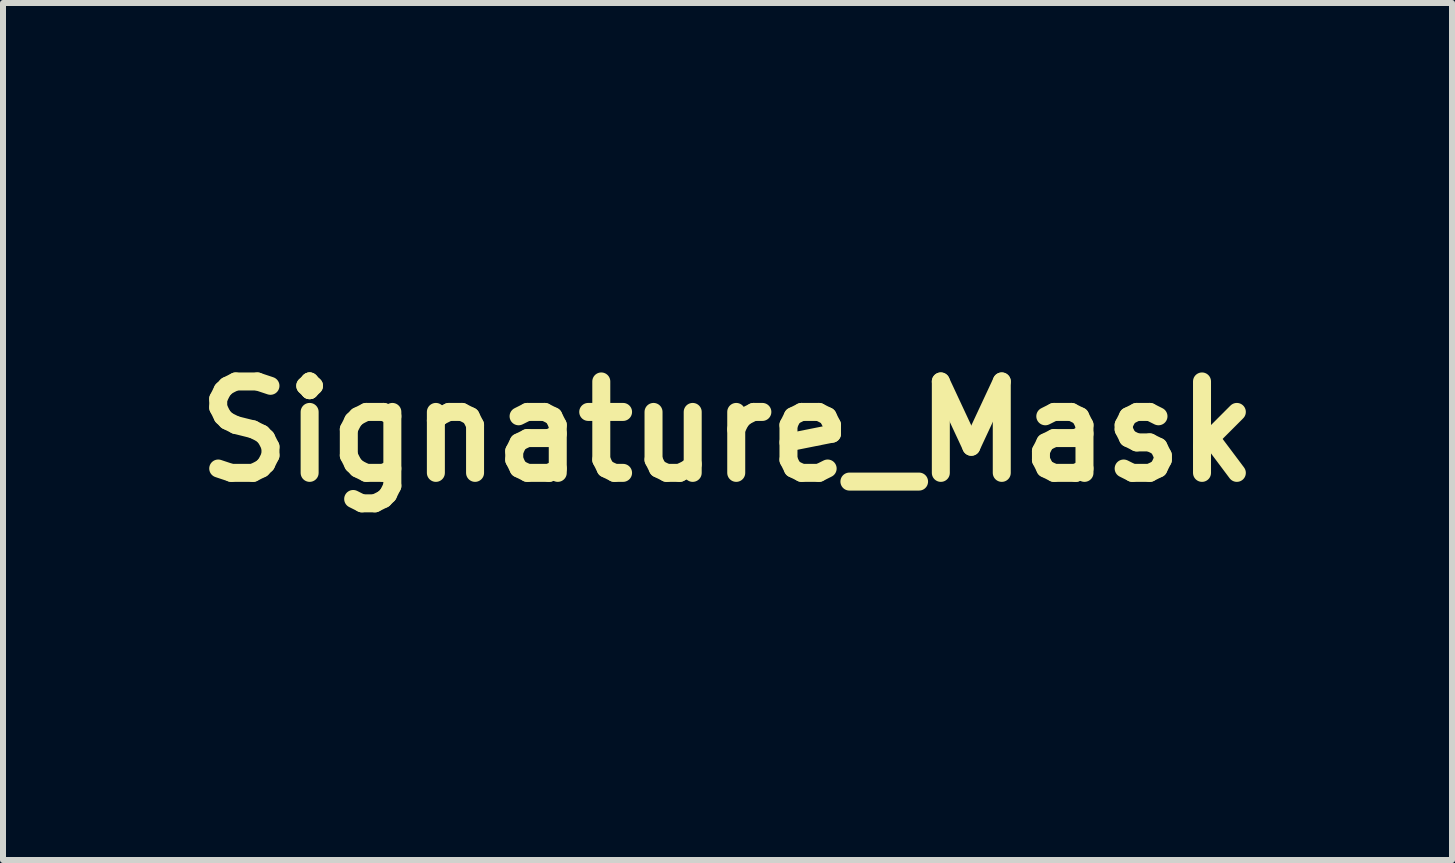
<source format=kicad_pcb>
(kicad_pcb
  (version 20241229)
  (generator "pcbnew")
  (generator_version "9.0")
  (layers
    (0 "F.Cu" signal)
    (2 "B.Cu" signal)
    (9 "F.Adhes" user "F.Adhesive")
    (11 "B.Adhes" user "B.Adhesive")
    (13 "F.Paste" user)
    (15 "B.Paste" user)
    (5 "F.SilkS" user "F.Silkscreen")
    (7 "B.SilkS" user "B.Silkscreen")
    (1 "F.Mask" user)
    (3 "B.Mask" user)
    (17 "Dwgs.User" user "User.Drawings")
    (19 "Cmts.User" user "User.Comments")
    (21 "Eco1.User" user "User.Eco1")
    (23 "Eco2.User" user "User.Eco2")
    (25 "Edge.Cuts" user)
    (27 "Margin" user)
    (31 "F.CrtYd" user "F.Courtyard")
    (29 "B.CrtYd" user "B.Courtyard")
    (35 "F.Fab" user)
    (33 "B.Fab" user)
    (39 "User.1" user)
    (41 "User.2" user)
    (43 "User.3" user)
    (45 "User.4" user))
  (footprint "Signature_Mask"
    (layer "F.Cu")
    (at 9.079 4.144)
    (property "Reference" "Signature_Mask" (at 0 0 0) (layer "F.SilkS") (effects (font (size 1.524 1.524) (thickness 0.3))))
    (attr exclude_from_pos_files exclude_from_bom)
    (fp_poly (pts (xy -4.548 1.54) (xy -4.535 1.542) (xy -4.522 1.546) (xy -4.506 1.553) (xy -4.467 1.573) (xy -4.429 1.599) (xy -4.392 1.629) (xy -4.359 1.663) (xy -4.351 1.673) (xy -4.331 1.699) (xy -4.318 1.722) (xy -4.311 1.742) (xy -4.31 1.758) (xy -4.315 1.771) (xy -4.315 1.771) (xy -4.321 1.777) (xy -4.332 1.787) (xy -4.346 1.8) (xy -4.363 1.814) (xy -4.382 1.829) (xy -4.402 1.845) (xy -4.421 1.86) (xy -4.428 1.865) (xy -4.464 1.89) (xy -4.497 1.911) (xy -4.526 1.927) (xy -4.551 1.939) (xy -4.57 1.944) (xy -4.577 1.945) (xy -4.581 1.944) (xy -4.585 1.939) (xy -4.59 1.929) (xy -4.591 1.927) (xy -4.603 1.899) (xy -4.613 1.866) (xy -4.621 1.827) (xy -4.623 1.821) (xy -4.625 1.802) (xy -4.627 1.779) (xy -4.629 1.752) (xy -4.63 1.724) (xy -4.63 1.695) (xy -4.629 1.667) (xy -4.628 1.641) (xy -4.626 1.619) (xy -4.624 1.602) (xy -4.623 1.599) (xy -4.617 1.577) (xy -4.611 1.561) (xy -4.603 1.55) (xy -4.592 1.544) (xy -4.579 1.54) (xy -4.563 1.54) (xy -4.548 1.54)) (stroke (width 0.01) (type solid)) (fill yes) (layer "F.Mask"))
    (fp_poly (pts (xy -3.449 -3.595) (xy -3.448 -3.595) (xy -3.424 -3.592) (xy -3.405 -3.584) (xy -3.391 -3.572) (xy -3.383 -3.556) (xy -3.379 -3.534) (xy -3.381 -3.508) (xy -3.388 -3.476) (xy -3.398 -3.444) (xy -3.403 -3.43) (xy -3.409 -3.416) (xy -3.415 -3.401) (xy -3.423 -3.384) (xy -3.431 -3.366) (xy -3.441 -3.345) (xy -3.453 -3.322) (xy -3.467 -3.294) (xy -3.484 -3.263) (xy -3.503 -3.227) (xy -3.525 -3.185) (xy -3.534 -3.168) (xy -3.552 -3.135) (xy -3.569 -3.102) (xy -3.586 -3.07) (xy -3.602 -3.04) (xy -3.616 -3.013) (xy -3.628 -2.99) (xy -3.637 -2.97) (xy -3.644 -2.956) (xy -3.645 -2.954) (xy -3.666 -2.906) (xy -3.683 -2.861) (xy -3.695 -2.821) (xy -3.703 -2.785) (xy -3.706 -2.754) (xy -3.706 -2.75) (xy -3.706 -2.742) (xy -3.708 -2.733) (xy -3.711 -2.722) (xy -3.715 -2.707) (xy -3.722 -2.688) (xy -3.73 -2.664) (xy -3.741 -2.634) (xy -3.741 -2.634) (xy -3.757 -2.59) (xy -3.774 -2.546) (xy -3.791 -2.502) (xy -3.808 -2.459) (xy -3.825 -2.415) (xy -3.844 -2.37) (xy -3.863 -2.323) (xy -3.884 -2.274) (xy -3.906 -2.223) (xy -3.93 -2.169) (xy -3.956 -2.111) (xy -3.984 -2.049) (xy -4.014 -1.983) (xy -4.047 -1.912) (xy -4.082 -1.835) (xy -4.111 -1.773) (xy -4.155 -1.678) (xy -4.195 -1.589) (xy -4.233 -1.506) (xy -4.269 -1.428) (xy -4.302 -1.355) (xy -4.333 -1.286) (xy -4.361 -1.221) (xy -4.387 -1.159) (xy -4.412 -1.101) (xy -4.435 -1.046) (xy -4.456 -0.994) (xy -4.476 -0.943) (xy -4.495 -0.895) (xy -4.513 -0.847) (xy -4.529 -0.801) (xy -4.545 -0.756) (xy -4.561 -0.711) (xy -4.576 -0.666) (xy -4.579 -0.654) (xy -4.584 -0.64) (xy -4.591 -0.622) (xy -4.599 -0.599) (xy -4.609 -0.574) (xy -4.619 -0.548) (xy -4.629 -0.525) (xy -4.648 -0.478) (xy -4.667 -0.431) (xy -4.686 -0.384) (xy -4.705 -0.336) (xy -4.724 -0.287) (xy -4.744 -0.236) (xy -4.764 -0.184) (xy -4.786 -0.129) (xy -4.808 -0.072) (xy -4.831 -0.012) (xy -4.855 0.051) (xy -4.88 0.118) (xy -4.907 0.189) (xy -4.935 0.265) (xy -4.966 0.345) (xy -4.998 0.431) (xy -5.032 0.522) (xy -5.068 0.619) (xy -5.087 0.671) (xy -5.124 0.77) (xy -5.159 0.862) (xy -5.191 0.949) (xy -5.222 1.03) (xy -5.25 1.107) (xy -5.277 1.178) (xy -5.303 1.245) (xy -5.327 1.309) (xy -5.349 1.369) (xy -5.371 1.425) (xy -5.392 1.479) (xy -5.411 1.53) (xy -5.43 1.579) (xy -5.449 1.627) (xy -5.467 1.673) (xy -5.485 1.718) (xy -5.503 1.762) (xy -5.52 1.806) (xy -5.524 1.814) (xy -5.536 1.846) (xy -5.549 1.877) (xy -5.561 1.908) (xy -5.572 1.936) (xy -5.581 1.961) (xy -5.589 1.982) (xy -5.595 1.998) (xy -5.597 2.003) (xy -5.603 2.02) (xy -5.611 2.043) (xy -5.619 2.068) (xy -5.629 2.095) (xy -5.638 2.122) (xy -5.642 2.133) (xy -5.65 2.159) (xy -5.66 2.185) (xy -5.669 2.212) (xy -5.68 2.241) (xy -5.691 2.273) (xy -5.704 2.307) (xy -5.718 2.345) (xy -5.734 2.387) (xy -5.752 2.433) (xy -5.771 2.484) (xy -5.793 2.541) (xy -5.815 2.597) (xy -5.849 2.686) (xy -5.88 2.77) (xy -5.91 2.848) (xy -5.936 2.921) (xy -5.961 2.99) (xy -5.983 3.054) (xy -6.004 3.115) (xy -6.022 3.173) (xy -6.039 3.229) (xy -6.055 3.282) (xy -6.069 3.333) (xy -6.082 3.383) (xy -6.094 3.432) (xy -6.105 3.481) (xy -6.115 3.527) (xy -6.119 3.548) (xy -6.124 3.572) (xy -6.128 3.597) (xy -6.132 3.622) (xy -6.136 3.646) (xy -6.14 3.668) (xy -6.143 3.688) (xy -6.145 3.704) (xy -6.146 3.715) (xy -6.147 3.721) (xy -6.146 3.722) (xy -6.142 3.722) (xy -6.131 3.722) (xy -6.116 3.721) (xy -6.098 3.719) (xy -6.078 3.716) (xy -6.059 3.714) (xy -6.041 3.711) (xy -6.038 3.71) (xy -5.963 3.693) (xy -5.89 3.67) (xy -5.819 3.641) (xy -5.748 3.605) (xy -5.679 3.562) (xy -5.612 3.513) (xy -5.545 3.457) (xy -5.48 3.394) (xy -5.435 3.347) (xy -5.378 3.28) (xy -5.321 3.207) (xy -5.265 3.127) (xy -5.209 3.041) (xy -5.155 2.948) (xy -5.101 2.85) (xy -5.048 2.746) (xy -4.996 2.636) (xy -4.969 2.576) (xy -4.936 2.501) (xy -4.888 2.48) (xy -4.85 2.464) (xy -4.817 2.454) (xy -4.788 2.448) (xy -4.765 2.448) (xy -4.746 2.453) (xy -4.74 2.457) (xy -4.729 2.469) (xy -4.721 2.486) (xy -4.719 2.509) (xy -4.72 2.538) (xy -4.727 2.572) (xy -4.738 2.611) (xy -4.753 2.656) (xy -4.76 2.674) (xy -4.767 2.692) (xy -4.774 2.709) (xy -4.781 2.727) (xy -4.789 2.745) (xy -4.798 2.765) (xy -4.808 2.787) (xy -4.819 2.812) (xy -4.833 2.84) (xy -4.848 2.873) (xy -4.866 2.911) (xy -4.883 2.947) (xy -4.907 2.996) (xy -4.928 3.04) (xy -4.945 3.079) (xy -4.96 3.113) (xy -4.973 3.142) (xy -4.983 3.167) (xy -4.991 3.189) (xy -4.997 3.207) (xy -5.001 3.223) (xy -5.004 3.237) (xy -5.005 3.249) (xy -5.005 3.25) (xy -5.005 3.266) (xy -5.003 3.277) (xy -4.998 3.284) (xy -4.99 3.288) (xy -4.979 3.289) (xy -4.964 3.287) (xy -4.947 3.282) (xy -4.927 3.272) (xy -4.903 3.259) (xy -4.875 3.241) (xy -4.842 3.219) (xy -4.806 3.192) (xy -4.768 3.163) (xy -4.743 3.144) (xy -4.721 3.125) (xy -4.698 3.107) (xy -4.676 3.087) (xy -4.653 3.065) (xy -4.629 3.041) (xy -4.602 3.015) (xy -4.573 2.984) (xy -4.54 2.95) (xy -4.517 2.926) (xy -4.48 2.886) (xy -4.447 2.851) (xy -4.417 2.821) (xy -4.391 2.793) (xy -4.366 2.768) (xy -4.344 2.746) (xy -4.323 2.725) (xy -4.302 2.706) (xy -4.281 2.687) (xy -4.261 2.669) (xy -4.223 2.635) (xy -4.188 2.606) (xy -4.156 2.582) (xy -4.126 2.562) (xy -4.098 2.547) (xy -4.071 2.535) (xy -4.051 2.528) (xy -4.021 2.521) (xy -3.995 2.52) (xy -3.972 2.525) (xy -3.951 2.536) (xy -3.938 2.547) (xy -3.927 2.559) (xy -3.917 2.575) (xy -3.907 2.594) (xy -3.898 2.613) (xy -3.892 2.631) (xy -3.889 2.645) (xy -3.889 2.648) (xy -3.891 2.653) (xy -3.898 2.661) (xy -3.907 2.672) (xy -3.913 2.679) (xy -3.94 2.706) (xy -3.969 2.738) (xy -4 2.774) (xy -4.033 2.813) (xy -4.067 2.855) (xy -4.1 2.897) (xy -4.133 2.94) (xy -4.164 2.982) (xy -4.193 3.023) (xy -4.219 3.061) (xy -4.223 3.067) (xy -4.256 3.118) (xy -4.283 3.166) (xy -4.307 3.21) (xy -4.326 3.251) (xy -4.34 3.288) (xy -4.35 3.32) (xy -4.354 3.349) (xy -4.354 3.372) (xy -4.352 3.383) (xy -4.343 3.402) (xy -4.33 3.415) (xy -4.311 3.424) (xy -4.288 3.429) (xy -4.259 3.428) (xy -4.225 3.423) (xy -4.186 3.413) (xy -4.141 3.399) (xy -4.109 3.387) (xy -4.085 3.377) (xy -4.063 3.367) (xy -4.042 3.357) (xy -4.02 3.344) (xy -3.996 3.329) (xy -3.969 3.31) (xy -3.941 3.291) (xy -3.838 3.215) (xy -3.739 3.133) (xy -3.646 3.046) (xy -3.558 2.954) (xy -3.474 2.857) (xy -3.396 2.755) (xy -3.322 2.649) (xy -3.254 2.537) (xy -3.23 2.494) (xy -3.168 2.373) (xy -3.112 2.249) (xy -3.063 2.121) (xy -3.019 1.989) (xy -2.981 1.853) (xy -2.958 1.75) (xy -2.955 1.736) (xy -2.952 1.723) (xy -2.95 1.717) (xy -2.75 1.717) (xy -2.749 1.739) (xy -2.748 1.761) (xy -2.747 1.781) (xy -2.745 1.799) (xy -2.742 1.813) (xy -2.74 1.818) (xy -2.739 1.82) (xy -2.738 1.821) (xy -2.736 1.82) (xy -2.734 1.817) (xy -2.729 1.812) (xy -2.723 1.803) (xy -2.714 1.789) (xy -2.702 1.772) (xy -2.687 1.749) (xy -2.682 1.742) (xy -2.632 1.666) (xy -2.585 1.589) (xy -2.539 1.512) (xy -2.495 1.433) (xy -2.451 1.35) (xy -2.407 1.263) (xy -2.379 1.207) (xy -2.364 1.175) (xy -2.349 1.142) (xy -2.333 1.11) (xy -2.318 1.075) (xy -2.301 1.04) (xy -2.284 1.002) (xy -2.266 0.961) (xy -2.247 0.917) (xy -2.227 0.87) (xy -2.205 0.818) (xy -2.181 0.762) (xy -2.155 0.7) (xy -2.126 0.633) (xy -2.11 0.596) (xy -2.077 0.516) (xy -2.046 0.443) (xy -2.017 0.375) (xy -1.989 0.313) (xy -1.964 0.254) (xy -1.939 0.199) (xy -1.916 0.148) (xy -1.893 0.099) (xy -1.871 0.053) (xy -1.85 0.009) (xy -1.828 -0.035) (xy -1.807 -0.077) (xy -1.785 -0.12) (xy -1.778 -0.132) (xy -1.766 -0.157) (xy -1.752 -0.185) (xy -1.738 -0.213) (xy -1.726 -0.24) (xy -1.72 -0.254) (xy -1.7 -0.3) (xy -1.677 -0.352) (xy -1.651 -0.41) (xy -1.623 -0.473) (xy -1.592 -0.542) (xy -1.558 -0.617) (xy -1.523 -0.696) (xy -1.485 -0.78) (xy -1.474 -0.803) (xy -1.433 -0.895) (xy -1.394 -0.98) (xy -1.358 -1.06) (xy -1.324 -1.134) (xy -1.293 -1.204) (xy -1.264 -1.269) (xy -1.237 -1.33) (xy -1.211 -1.388) (xy -1.187 -1.442) (xy -1.165 -1.493) (xy -1.144 -1.541) (xy -1.124 -1.587) (xy -1.105 -1.632) (xy -1.087 -1.674) (xy -1.07 -1.716) (xy -1.053 -1.757) (xy -1.036 -1.797) (xy -1.02 -1.837) (xy -1.003 -1.878) (xy -0.987 -1.918) (xy -0.97 -1.96) (xy -0.954 -2.003) (xy -0.937 -2.046) (xy -0.921 -2.088) (xy -0.905 -2.13) (xy -0.89 -2.17) (xy -0.876 -2.209) (xy -0.863 -2.244) (xy -0.851 -2.277) (xy -0.84 -2.307) (xy -0.832 -2.332) (xy -0.825 -2.353) (xy -0.82 -2.368) (xy -0.818 -2.378) (xy -0.817 -2.381) (xy -0.82 -2.397) (xy -0.825 -2.415) (xy -0.834 -2.433) (xy -0.844 -2.447) (xy -0.847 -2.451) (xy -0.857 -2.46) (xy -0.866 -2.464) (xy -0.875 -2.464) (xy -0.892 -2.462) (xy -0.91 -2.454) (xy -0.929 -2.441) (xy -0.95 -2.422) (xy -0.97 -2.401) (xy -0.985 -2.383) (xy -1.003 -2.36) (xy -1.022 -2.334) (xy -1.042 -2.305) (xy -1.062 -2.275) (xy -1.08 -2.246) (xy -1.082 -2.243) (xy -1.104 -2.207) (xy -1.127 -2.166) (xy -1.152 -2.121) (xy -1.178 -2.073) (xy -1.204 -2.022) (xy -1.23 -1.97) (xy -1.255 -1.919) (xy -1.279 -1.869) (xy -1.301 -1.821) (xy -1.316 -1.788) (xy -1.327 -1.764) (xy -1.341 -1.735) (xy -1.355 -1.706) (xy -1.37 -1.677) (xy -1.384 -1.651) (xy -1.385 -1.649) (xy -1.448 -1.534) (xy -1.511 -1.411) (xy -1.575 -1.283) (xy -1.639 -1.149) (xy -1.704 -1.01) (xy -1.738 -0.934) (xy -1.753 -0.9) (xy -1.767 -0.868) (xy -1.781 -0.836) (xy -1.795 -0.804) (xy -1.809 -0.772) (xy -1.824 -0.738) (xy -1.839 -0.703) (xy -1.855 -0.666) (xy -1.871 -0.626) (xy -1.889 -0.584) (xy -1.908 -0.538) (xy -1.929 -0.489) (xy -1.952 -0.435) (xy -1.976 -0.376) (xy -2.002 -0.312) (xy -2.031 -0.242) (xy -2.047 -0.204) (xy -2.078 -0.13) (xy -2.106 -0.062) (xy -2.132 0.001) (xy -2.156 0.059) (xy -2.178 0.112) (xy -2.199 0.162) (xy -2.218 0.208) (xy -2.237 0.251) (xy -2.254 0.292) (xy -2.271 0.331) (xy -2.287 0.368) (xy -2.303 0.404) (xy -2.318 0.44) (xy -2.334 0.476) (xy -2.35 0.513) (xy -2.367 0.55) (xy -2.37 0.556) (xy -2.383 0.586) (xy -2.393 0.611) (xy -2.401 0.632) (xy -2.407 0.651) (xy -2.411 0.666) (xy -2.417 0.693) (xy -2.424 0.72) (xy -2.432 0.748) (xy -2.441 0.778) (xy -2.451 0.809) (xy -2.463 0.843) (xy -2.477 0.88) (xy -2.492 0.921) (xy -2.51 0.966) (xy -2.529 1.015) (xy -2.552 1.07) (xy -2.577 1.13) (xy -2.581 1.14) (xy -2.608 1.207) (xy -2.633 1.268) (xy -2.655 1.324) (xy -2.674 1.375) (xy -2.69 1.423) (xy -2.705 1.466) (xy -2.717 1.507) (xy -2.726 1.544) (xy -2.734 1.58) (xy -2.74 1.614) (xy -2.745 1.647) (xy -2.748 1.68) (xy -2.749 1.697) (xy -2.75 1.717) (xy -2.95 1.717) (xy -2.949 1.711) (xy -2.946 1.698) (xy -2.943 1.686) (xy -2.939 1.673) (xy -2.935 1.659) (xy -2.93 1.643) (xy -2.924 1.624) (xy -2.917 1.603) (xy -2.909 1.579) (xy -2.9 1.55) (xy -2.889 1.518) (xy -2.876 1.48) (xy -2.861 1.438) (xy -2.844 1.389) (xy -2.838 1.37) (xy -2.765 1.161) (xy -2.695 0.96) (xy -2.625 0.764) (xy -2.556 0.575) (xy -2.489 0.391) (xy -2.422 0.212) (xy -2.356 0.038) (xy -2.29 -0.131) (xy -2.225 -0.295) (xy -2.16 -0.456) (xy -2.096 -0.612) (xy -2.031 -0.765) (xy -1.967 -0.915) (xy -1.902 -1.061) (xy -1.837 -1.205) (xy -1.772 -1.346) (xy -1.706 -1.485) (xy -1.64 -1.623) (xy -1.573 -1.758) (xy -1.505 -1.893) (xy -1.468 -1.965) (xy -1.436 -2.028) (xy -1.405 -2.086) (xy -1.377 -2.138) (xy -1.35 -2.187) (xy -1.324 -2.232) (xy -1.299 -2.274) (xy -1.274 -2.315) (xy -1.249 -2.354) (xy -1.223 -2.393) (xy -1.196 -2.432) (xy -1.168 -2.472) (xy -1.159 -2.485) (xy -1.107 -2.555) (xy -1.057 -2.62) (xy -1.008 -2.679) (xy -0.961 -2.734) (xy -0.916 -2.783) (xy -0.873 -2.827) (xy -0.832 -2.865) (xy -0.793 -2.898) (xy -0.757 -2.924) (xy -0.723 -2.944) (xy -0.706 -2.953) (xy -0.689 -2.96) (xy -0.676 -2.964) (xy -0.664 -2.966) (xy -0.651 -2.967) (xy -0.65 -2.967) (xy -0.627 -2.965) (xy -0.608 -2.959) (xy -0.592 -2.948) (xy -0.584 -2.938) (xy -0.572 -2.919) (xy -0.561 -2.894) (xy -0.553 -2.865) (xy -0.547 -2.834) (xy -0.544 -2.801) (xy -0.544 -2.798) (xy -0.544 -2.79) (xy -0.545 -2.781) (xy -0.546 -2.771) (xy -0.548 -2.759) (xy -0.552 -2.744) (xy -0.557 -2.725) (xy -0.563 -2.701) (xy -0.571 -2.672) (xy -0.574 -2.66) (xy -0.609 -2.538) (xy -0.645 -2.417) (xy -0.684 -2.295) (xy -0.725 -2.172) (xy -0.769 -2.047) (xy -0.816 -1.919) (xy -0.866 -1.788) (xy -0.921 -1.651) (xy -0.931 -1.625) (xy -0.951 -1.577) (xy -0.971 -1.529) (xy -0.99 -1.481) (xy -1.01 -1.433) (xy -1.031 -1.385) (xy -1.052 -1.335) (xy -1.074 -1.283) (xy -1.098 -1.23) (xy -1.122 -1.175) (xy -1.148 -1.116) (xy -1.175 -1.054) (xy -1.204 -0.989) (xy -1.236 -0.919) (xy -1.269 -0.845) (xy -1.305 -0.766) (xy -1.343 -0.682) (xy -1.385 -0.592) (xy -1.388 -0.584) (xy -1.433 -0.486) (xy -1.474 -0.395) (xy -1.513 -0.309) (xy -1.549 -0.229) (xy -1.583 -0.153) (xy -1.615 -0.082) (xy -1.646 -0.014) (xy -1.674 0.05) (xy -1.7 0.111) (xy -1.726 0.168) (xy -1.75 0.224) (xy -1.773 0.277) (xy -1.795 0.329) (xy -1.816 0.38) (xy -1.836 0.429) (xy -1.856 0.479) (xy -1.876 0.528) (xy -1.896 0.577) (xy -1.916 0.627) (xy -1.924 0.647) (xy -1.946 0.702) (xy -1.968 0.756) (xy -1.991 0.809) (xy -2.014 0.862) (xy -2.038 0.915) (xy -2.063 0.968) (xy -2.089 1.022) (xy -2.116 1.077) (xy -2.146 1.135) (xy -2.177 1.194) (xy -2.21 1.256) (xy -2.246 1.321) (xy -2.284 1.389) (xy -2.325 1.461) (xy -2.369 1.538) (xy -2.417 1.619) (xy -2.467 1.705) (xy -2.513 1.781) (xy -2.551 1.846) (xy -2.585 1.904) (xy -2.617 1.957) (xy -2.646 2.006) (xy -2.672 2.051) (xy -2.696 2.091) (xy -2.718 2.129) (xy -2.738 2.163) (xy -2.756 2.195) (xy -2.773 2.225) (xy -2.79 2.254) (xy -2.805 2.281) (xy -2.82 2.308) (xy -2.835 2.335) (xy -2.849 2.361) (xy -2.863 2.387) (xy -2.916 2.485) (xy -2.964 2.579) (xy -3.009 2.67) (xy -3.051 2.759) (xy -3.09 2.848) (xy -3.128 2.938) (xy -3.155 3.004) (xy -3.182 3.075) (xy -3.204 3.141) (xy -3.221 3.202) (xy -3.234 3.258) (xy -3.243 3.309) (xy -3.247 3.354) (xy -3.247 3.366) (xy -3.245 3.393) (xy -3.241 3.413) (xy -3.235 3.427) (xy -3.226 3.434) (xy -3.214 3.436) (xy -3.199 3.431) (xy -3.183 3.419) (xy -3.163 3.401) (xy -3.142 3.377) (xy -3.118 3.347) (xy -3.104 3.328) (xy -3.091 3.311) (xy -3.08 3.295) (xy -3.07 3.281) (xy -3.063 3.271) (xy -3.06 3.267) (xy -3.054 3.259) (xy -3.044 3.248) (xy -3.032 3.235) (xy -3.022 3.225) (xy -2.991 3.19) (xy -2.962 3.15) (xy -2.934 3.105) (xy -2.908 3.056) (xy -2.883 3) (xy -2.858 2.939) (xy -2.842 2.892) (xy -2.837 2.878) (xy -2.831 2.857) (xy -2.823 2.833) (xy -2.815 2.804) (xy -2.81 2.789) (xy -2.682 2.789) (xy -2.68 2.807) (xy -2.673 2.82) (xy -2.662 2.827) (xy -2.647 2.828) (xy -2.628 2.823) (xy -2.605 2.813) (xy -2.597 2.809) (xy -2.559 2.784) (xy -2.523 2.754) (xy -2.489 2.718) (xy -2.459 2.677) (xy -2.432 2.633) (xy -2.41 2.586) (xy -2.392 2.537) (xy -2.384 2.509) (xy -2.38 2.487) (xy -2.377 2.462) (xy -2.375 2.436) (xy -2.375 2.41) (xy -2.376 2.386) (xy -2.378 2.365) (xy -2.382 2.35) (xy -2.382 2.349) (xy -2.39 2.334) (xy -2.4 2.322) (xy -2.412 2.314) (xy -2.423 2.31) (xy -2.424 2.31) (xy -2.44 2.313) (xy -2.457 2.322) (xy -2.475 2.337) (xy -2.494 2.357) (xy -2.51 2.378) (xy -2.523 2.397) (xy -2.538 2.422) (xy -2.554 2.451) (xy -2.571 2.484) (xy -2.588 2.519) (xy -2.605 2.555) (xy -2.621 2.591) (xy -2.636 2.626) (xy -2.649 2.659) (xy -2.66 2.689) (xy -2.664 2.7) (xy -2.674 2.736) (xy -2.68 2.765) (xy -2.682 2.789) (xy -2.81 2.789) (xy -2.805 2.774) (xy -2.796 2.741) (xy -2.786 2.709) (xy -2.784 2.701) (xy -2.775 2.669) (xy -2.765 2.637) (xy -2.756 2.606) (xy -2.747 2.577) (xy -2.739 2.551) (xy -2.732 2.529) (xy -2.727 2.513) (xy -2.726 2.51) (xy -2.702 2.443) (xy -2.676 2.381) (xy -2.65 2.327) (xy -2.622 2.278) (xy -2.592 2.234) (xy -2.561 2.196) (xy -2.528 2.164) (xy -2.492 2.135) (xy -2.454 2.112) (xy -2.428 2.099) (xy -2.399 2.087) (xy -2.37 2.077) (xy -2.349 2.071) (xy -2.317 2.065) (xy -2.281 2.06) (xy -2.245 2.057) (xy -2.212 2.057) (xy -2.185 2.058) (xy -2.152 2.061) (xy -2.141 2.085) (xy -2.128 2.12) (xy -2.119 2.155) (xy -2.114 2.194) (xy -2.113 2.202) (xy -2.113 2.243) (xy -2.118 2.284) (xy -2.127 2.327) (xy -2.14 2.371) (xy -2.159 2.418) (xy -2.183 2.468) (xy -2.193 2.487) (xy -2.205 2.51) (xy -2.218 2.532) (xy -2.232 2.556) (xy -2.248 2.581) (xy -2.265 2.607) (xy -2.285 2.636) (xy -2.306 2.667) (xy -2.331 2.702) (xy -2.359 2.741) (xy -2.391 2.783) (xy -2.426 2.831) (xy -2.445 2.856) (xy -2.48 2.903) (xy -2.511 2.946) (xy -2.538 2.985) (xy -2.562 3.02) (xy -2.582 3.051) (xy -2.599 3.08) (xy -2.613 3.106) (xy -2.625 3.13) (xy -2.626 3.131) (xy -2.644 3.176) (xy -2.655 3.218) (xy -2.661 3.256) (xy -2.659 3.291) (xy -2.651 3.322) (xy -2.637 3.35) (xy -2.621 3.371) (xy -2.606 3.385) (xy -2.566 3.38) (xy -2.51 3.374) (xy -2.459 3.372) (xy -2.414 3.374) (xy -2.372 3.381) (xy -2.334 3.391) (xy -2.312 3.4) (xy -2.29 3.412) (xy -2.269 3.428) (xy -2.25 3.447) (xy -2.235 3.465) (xy -2.232 3.471) (xy -2.22 3.501) (xy -2.214 3.532) (xy -2.215 3.564) (xy -2.222 3.597) (xy -2.235 3.628) (xy -2.253 3.659) (xy -2.276 3.687) (xy -2.304 3.712) (xy -2.336 3.734) (xy -2.371 3.752) (xy -2.399 3.762) (xy -2.425 3.768) (xy -2.454 3.772) (xy -2.487 3.773) (xy -2.493 3.773) (xy -2.536 3.771) (xy -2.578 3.765) (xy -2.62 3.753) (xy -2.662 3.736) (xy -2.706 3.714) (xy -2.73 3.701) (xy -2.759 3.685) (xy -2.786 3.674) (xy -2.811 3.667) (xy -2.838 3.663) (xy -2.869 3.663) (xy -2.874 3.663) (xy -2.901 3.665) (xy -2.928 3.67) (xy -2.956 3.678) (xy -2.985 3.689) (xy -3.017 3.703) (xy -3.05 3.721) (xy -3.087 3.742) (xy -3.127 3.768) (xy -3.172 3.799) (xy -3.208 3.824) (xy -3.245 3.851) (xy -3.277 3.873) (xy -3.305 3.891) (xy -3.329 3.905) (xy -3.35 3.916) (xy -3.367 3.923) (xy -3.382 3.928) (xy -3.395 3.93) (xy -3.399 3.93) (xy -3.413 3.927) (xy -3.427 3.919) (xy -3.439 3.907) (xy -3.444 3.9) (xy -3.452 3.882) (xy -3.459 3.857) (xy -3.463 3.827) (xy -3.466 3.792) (xy -3.466 3.752) (xy -3.465 3.709) (xy -3.464 3.694) (xy -3.461 3.668) (xy -3.459 3.646) (xy -3.455 3.625) (xy -3.451 3.602) (xy -3.444 3.575) (xy -3.443 3.568) (xy -3.426 3.5) (xy -3.412 3.437) (xy -3.401 3.379) (xy -3.393 3.326) (xy -3.387 3.278) (xy -3.384 3.233) (xy -3.383 3.202) (xy -3.384 3.173) (xy -3.385 3.148) (xy -3.387 3.129) (xy -3.391 3.114) (xy -3.396 3.103) (xy -3.403 3.093) (xy -3.408 3.088) (xy -3.415 3.082) (xy -3.422 3.079) (xy -3.432 3.079) (xy -3.437 3.08) (xy -3.456 3.084) (xy -3.477 3.095) (xy -3.501 3.112) (xy -3.527 3.135) (xy -3.556 3.163) (xy -3.586 3.197) (xy -3.619 3.237) (xy -3.635 3.258) (xy -3.659 3.288) (xy -3.679 3.314) (xy -3.698 3.336) (xy -3.715 3.356) (xy -3.733 3.374) (xy -3.751 3.392) (xy -3.756 3.398) (xy -3.815 3.449) (xy -3.876 3.493) (xy -3.941 3.532) (xy -4.009 3.564) (xy -4.079 3.59) (xy -4.153 3.61) (xy -4.229 3.623) (xy -4.277 3.628) (xy -4.34 3.63) (xy -4.403 3.627) (xy -4.466 3.618) (xy -4.527 3.604) (xy -4.586 3.586) (xy -4.642 3.563) (xy -4.693 3.535) (xy -4.74 3.504) (xy -4.765 3.483) (xy -4.776 3.474) (xy -4.785 3.467) (xy -4.792 3.464) (xy -4.793 3.463) (xy -4.797 3.464) (xy -4.808 3.468) (xy -4.824 3.472) (xy -4.845 3.479) (xy -4.869 3.486) (xy -4.897 3.495) (xy -4.926 3.504) (xy -4.956 3.513) (xy -4.986 3.523) (xy -5.016 3.533) (xy -5.045 3.542) (xy -5.071 3.55) (xy -5.094 3.558) (xy -5.113 3.564) (xy -5.117 3.566) (xy -5.205 3.597) (xy -5.286 3.628) (xy -5.361 3.66) (xy -5.431 3.693) (xy -5.497 3.727) (xy -5.559 3.762) (xy -5.618 3.8) (xy -5.671 3.837) (xy -5.71 3.867) (xy -5.751 3.902) (xy -5.792 3.94) (xy -5.834 3.981) (xy -5.873 4.023) (xy -5.91 4.064) (xy -5.942 4.104) (xy -5.946 4.108) (xy -5.955 4.121) (xy -5.964 4.131) (xy -5.97 4.137) (xy -5.973 4.139) (xy -5.978 4.138) (xy -5.989 4.136) (xy -6.001 4.134) (xy -6.014 4.132) (xy -6.033 4.128) (xy -6.053 4.125) (xy -6.073 4.121) (xy -6.101 4.115) (xy -6.124 4.109) (xy -6.144 4.102) (xy -6.151 4.099) (xy -6.201 4.073) (xy -6.245 4.044) (xy -6.283 4.012) (xy -6.314 3.976) (xy -6.339 3.936) (xy -6.357 3.895) (xy -6.367 3.863) (xy -6.374 3.83) (xy -6.377 3.794) (xy -6.379 3.754) (xy -6.379 3.752) (xy -6.378 3.717) (xy -6.375 3.682) (xy -6.371 3.646) (xy -6.364 3.608) (xy -6.356 3.569) (xy -6.345 3.527) (xy -6.331 3.482) (xy -6.316 3.434) (xy -6.297 3.382) (xy -6.275 3.326) (xy -6.251 3.265) (xy -6.223 3.199) (xy -6.193 3.128) (xy -6.183 3.106) (xy -6.156 3.044) (xy -6.131 2.987) (xy -6.109 2.936) (xy -6.09 2.89) (xy -6.072 2.847) (xy -6.057 2.809) (xy -6.043 2.774) (xy -6.031 2.743) (xy -6.021 2.713) (xy -6.011 2.686) (xy -6.003 2.66) (xy -5.996 2.635) (xy -5.99 2.611) (xy -5.989 2.607) (xy -5.984 2.588) (xy -5.98 2.566) (xy -5.975 2.544) (xy -5.972 2.523) (xy -5.969 2.505) (xy -5.968 2.491) (xy -5.967 2.487) (xy -5.966 2.48) (xy -5.963 2.468) (xy -5.957 2.449) (xy -5.948 2.423) (xy -5.937 2.391) (xy -5.924 2.353) (xy -5.908 2.309) (xy -5.89 2.258) (xy -5.87 2.201) (xy -5.847 2.138) (xy -5.822 2.069) (xy -5.795 1.994) (xy -5.781 1.956) (xy -5.759 1.896) (xy -5.738 1.838) (xy -5.717 1.78) (xy -5.696 1.723) (xy -5.675 1.666) (xy -5.653 1.608) (xy -5.632 1.551) (xy -5.61 1.492) (xy -5.588 1.433) (xy -5.565 1.372) (xy -5.541 1.309) (xy -5.516 1.244) (xy -5.491 1.176) (xy -5.464 1.105) (xy -5.435 1.031) (xy -5.406 0.953) (xy -5.374 0.871) (xy -5.341 0.785) (xy -5.306 0.694) (xy -5.269 0.598) (xy -5.23 0.497) (xy -5.189 0.39) (xy -5.15 0.29) (xy -5.105 0.172) (xy -5.061 0.058) (xy -5.019 -0.05) (xy -4.979 -0.153) (xy -4.941 -0.252) (xy -4.906 -0.344) (xy -4.872 -0.432) (xy -4.841 -0.513) (xy -4.812 -0.589) (xy -4.785 -0.659) (xy -4.761 -0.722) (xy -4.739 -0.78) (xy -4.735 -0.791) (xy -4.712 -0.852) (xy -4.691 -0.909) (xy -4.67 -0.964) (xy -4.649 -1.017) (xy -4.629 -1.068) (xy -4.61 -1.118) (xy -4.591 -1.167) (xy -4.572 -1.215) (xy -4.552 -1.263) (xy -4.533 -1.311) (xy -4.512 -1.36) (xy -4.492 -1.411) (xy -4.47 -1.462) (xy -4.447 -1.516) (xy -4.424 -1.572) (xy -4.398 -1.63) (xy -4.372 -1.692) (xy -4.344 -1.757) (xy -4.313 -1.827) (xy -4.281 -1.9) (xy -4.247 -1.978) (xy -4.21 -2.062) (xy -4.171 -2.15) (xy -4.13 -2.245) (xy -4.091 -2.332) (xy -4.055 -2.414) (xy -4.022 -2.49) (xy -3.991 -2.561) (xy -3.962 -2.626) (xy -3.936 -2.686) (xy -3.913 -2.74) (xy -3.893 -2.787) (xy -3.88 -2.816) (xy -3.864 -2.854) (xy -3.849 -2.892) (xy -3.834 -2.928) (xy -3.82 -2.962) (xy -3.807 -2.993) (xy -3.795 -3.022) (xy -3.785 -3.047) (xy -3.776 -3.068) (xy -3.77 -3.085) (xy -3.766 -3.096) (xy -3.764 -3.102) (xy -3.764 -3.102) (xy -3.767 -3.101) (xy -3.774 -3.094) (xy -3.786 -3.084) (xy -3.801 -3.071) (xy -3.818 -3.055) (xy -3.837 -3.037) (xy -3.858 -3.018) (xy -3.88 -2.998) (xy -3.901 -2.978) (xy -3.922 -2.958) (xy -3.942 -2.938) (xy -3.96 -2.921) (xy -3.976 -2.905) (xy -3.982 -2.899) (xy -4.039 -2.84) (xy -4.096 -2.779) (xy -4.151 -2.717) (xy -4.207 -2.653) (xy -4.264 -2.587) (xy -4.32 -2.517) (xy -4.378 -2.444) (xy -4.437 -2.368) (xy -4.497 -2.288) (xy -4.56 -2.203) (xy -4.625 -2.112) (xy -4.692 -2.017) (xy -4.759 -1.92) (xy -4.799 -1.863) (xy -4.837 -1.807) (xy -4.874 -1.753) (xy -4.908 -1.702) (xy -4.941 -1.653) (xy -4.972 -1.607) (xy -5 -1.565) (xy -5.026 -1.527) (xy -5.048 -1.492) (xy -5.067 -1.462) (xy -5.084 -1.437) (xy -5.096 -1.416) (xy -5.105 -1.402) (xy -5.106 -1.4) (xy -5.129 -1.357) (xy -5.154 -1.312) (xy -5.18 -1.266) (xy -5.208 -1.219) (xy -5.237 -1.168) (xy -5.268 -1.116) (xy -5.301 -1.06) (xy -5.337 -1.001) (xy -5.375 -0.938) (xy -5.416 -0.872) (xy -5.459 -0.801) (xy -5.506 -0.725) (xy -5.557 -0.645) (xy -5.61 -0.559) (xy -5.645 -0.505) (xy -5.696 -0.423) (xy -5.744 -0.347) (xy -5.788 -0.276) (xy -5.829 -0.21) (xy -5.867 -0.148) (xy -5.903 -0.09) (xy -5.937 -0.035) (xy -5.968 0.017) (xy -5.997 0.066) (xy -6.025 0.112) (xy -6.052 0.157) (xy -6.077 0.201) (xy -6.089 0.221) (xy -6.11 0.258) (xy -6.133 0.3) (xy -6.158 0.344) (xy -6.183 0.391) (xy -6.209 0.439) (xy -6.235 0.487) (xy -6.26 0.534) (xy -6.284 0.578) (xy -6.305 0.62) (xy -6.324 0.657) (xy -6.336 0.68) (xy -6.35 0.709) (xy -6.365 0.738) (xy -6.381 0.767) (xy -6.396 0.793) (xy -6.409 0.816) (xy -6.416 0.828) (xy -6.445 0.873) (xy -6.474 0.922) (xy -6.505 0.975) (xy -6.538 1.032) (xy -6.572 1.093) (xy -6.608 1.159) (xy -6.646 1.23) (xy -6.687 1.306) (xy -6.73 1.389) (xy -6.757 1.44) (xy -6.799 1.521) (xy -6.838 1.596) (xy -6.875 1.665) (xy -6.91 1.73) (xy -6.943 1.79) (xy -6.974 1.847) (xy -7.004 1.9) (xy -7.033 1.95) (xy -7.062 1.997) (xy -7.09 2.043) (xy -7.118 2.087) (xy -7.146 2.13) (xy -7.174 2.172) (xy -7.204 2.214) (xy -7.234 2.257) (xy -7.266 2.3) (xy -7.282 2.322) (xy -7.304 2.352) (xy -7.325 2.382) (xy -7.347 2.413) (xy -7.368 2.445) (xy -7.39 2.478) (xy -7.412 2.514) (xy -7.436 2.552) (xy -7.461 2.594) (xy -7.488 2.64) (xy -7.517 2.69) (xy -7.549 2.745) (xy -7.583 2.806) (xy -7.624 2.877) (xy -7.661 2.942) (xy -7.696 3.002) (xy -7.728 3.057) (xy -7.758 3.107) (xy -7.787 3.153) (xy -7.813 3.196) (xy -7.839 3.236) (xy -7.863 3.273) (xy -7.887 3.307) (xy -7.91 3.34) (xy -7.933 3.371) (xy -7.956 3.401) (xy -7.979 3.43) (xy -8.001 3.456) (xy -8.061 3.525) (xy -8.123 3.59) (xy -8.188 3.649) (xy -8.253 3.704) (xy -8.319 3.752) (xy -8.339 3.765) (xy -8.376 3.79) (xy -8.38 3.777) (xy -8.381 3.766) (xy -8.382 3.749) (xy -8.381 3.729) (xy -8.38 3.707) (xy -8.379 3.683) (xy -8.376 3.66) (xy -8.374 3.638) (xy -8.371 3.625) (xy -8.359 3.571) (xy -8.341 3.517) (xy -8.319 3.46) (xy -8.291 3.401) (xy -8.258 3.34) (xy -8.218 3.275) (xy -8.173 3.208) (xy -8.152 3.177) (xy -8.137 3.157) (xy -8.123 3.137) (xy -8.109 3.118) (xy -8.094 3.098) (xy -8.077 3.076) (xy -8.059 3.053) (xy -8.039 3.027) (xy -8.015 2.997) (xy -7.989 2.964) (xy -7.959 2.926) (xy -7.942 2.906) (xy -7.909 2.865) (xy -7.881 2.829) (xy -7.855 2.797) (xy -7.833 2.769) (xy -7.814 2.744) (xy -7.796 2.722) (xy -7.781 2.701) (xy -7.766 2.682) (xy -7.752 2.664) (xy -7.739 2.645) (xy -7.725 2.626) (xy -7.72 2.619) (xy -7.666 2.543) (xy -7.62 2.47) (xy -7.579 2.4) (xy -7.544 2.334) (xy -7.515 2.27) (xy -7.492 2.209) (xy -7.489 2.198) (xy -7.484 2.184) (xy -7.478 2.169) (xy -7.471 2.154) (xy -7.462 2.136) (xy -7.451 2.115) (xy -7.437 2.09) (xy -7.427 2.071) (xy -7.341 1.919) (xy -7.256 1.762) (xy -7.17 1.602) (xy -7.084 1.437) (xy -6.999 1.268) (xy -6.912 1.094) (xy -6.825 0.915) (xy -6.738 0.73) (xy -6.65 0.541) (xy -6.561 0.346) (xy -6.471 0.145) (xy -6.381 -0.062) (xy -6.289 -0.276) (xy -6.196 -0.495) (xy -6.183 -0.525) (xy -6.157 -0.587) (xy -6.131 -0.649) (xy -6.105 -0.712) (xy -6.079 -0.774) (xy -6.054 -0.836) (xy -6.03 -0.895) (xy -6.006 -0.952) (xy -5.984 -1.006) (xy -5.964 -1.057) (xy -5.945 -1.103) (xy -5.928 -1.144) (xy -5.914 -1.18) (xy -5.91 -1.19) (xy -5.901 -1.214) (xy -5.891 -1.237) (xy -5.882 -1.26) (xy -5.872 -1.283) (xy -5.862 -1.309) (xy -5.85 -1.336) (xy -5.838 -1.365) (xy -5.824 -1.398) (xy -5.808 -1.434) (xy -5.79 -1.474) (xy -5.77 -1.519) (xy -5.748 -1.57) (xy -5.735 -1.6) (xy -5.717 -1.641) (xy -5.699 -1.681) (xy -5.682 -1.722) (xy -5.665 -1.761) (xy -5.649 -1.798) (xy -5.634 -1.832) (xy -5.621 -1.863) (xy -5.61 -1.889) (xy -5.601 -1.91) (xy -5.599 -1.915) (xy -5.563 -2.006) (xy -5.53 -2.091) (xy -5.502 -2.171) (xy -5.477 -2.247) (xy -5.456 -2.32) (xy -5.438 -2.39) (xy -5.423 -2.458) (xy -5.411 -2.523) (xy -5.403 -2.587) (xy -5.396 -2.651) (xy -5.395 -2.678) (xy -5.394 -2.696) (xy -5.394 -2.708) (xy -5.394 -2.715) (xy -5.396 -2.718) (xy -5.397 -2.718) (xy -5.403 -2.717) (xy -5.413 -2.714) (xy -5.428 -2.709) (xy -5.445 -2.704) (xy -5.445 -2.703) (xy -5.539 -2.668) (xy -5.634 -2.625) (xy -5.73 -2.577) (xy -5.827 -2.523) (xy -5.923 -2.464) (xy -6.02 -2.4) (xy -6.115 -2.331) (xy -6.208 -2.258) (xy -6.3 -2.181) (xy -6.39 -2.101) (xy -6.477 -2.017) (xy -6.56 -1.93) (xy -6.64 -1.841) (xy -6.716 -1.75) (xy -6.737 -1.722) (xy -6.748 -1.709) (xy -6.757 -1.697) (xy -6.763 -1.688) (xy -6.766 -1.684) (xy -6.766 -1.684) (xy -6.763 -1.681) (xy -6.753 -1.678) (xy -6.74 -1.675) (xy -6.723 -1.673) (xy -6.705 -1.67) (xy -6.689 -1.669) (xy -6.648 -1.669) (xy -6.606 -1.674) (xy -6.563 -1.684) (xy -6.517 -1.699) (xy -6.468 -1.72) (xy -6.466 -1.721) (xy -6.443 -1.732) (xy -6.42 -1.743) (xy -6.397 -1.755) (xy -6.373 -1.769) (xy -6.347 -1.784) (xy -6.319 -1.801) (xy -6.289 -1.821) (xy -6.254 -1.844) (xy -6.216 -1.87) (xy -6.173 -1.9) (xy -6.135 -1.925) (xy -6.096 -1.952) (xy -6.062 -1.976) (xy -6.032 -1.995) (xy -6.006 -2.012) (xy -5.982 -2.027) (xy -5.961 -2.039) (xy -5.942 -2.05) (xy -5.922 -2.059) (xy -5.915 -2.063) (xy -5.888 -2.075) (xy -5.865 -2.083) (xy -5.845 -2.088) (xy -5.825 -2.09) (xy -5.813 -2.09) (xy -5.788 -2.088) (xy -5.767 -2.081) (xy -5.749 -2.069) (xy -5.74 -2.061) (xy -5.733 -2.052) (xy -5.725 -2.04) (xy -5.718 -2.027) (xy -5.711 -2.014) (xy -5.707 -2.003) (xy -5.705 -1.995) (xy -5.705 -1.993) (xy -5.709 -1.99) (xy -5.718 -1.983) (xy -5.732 -1.974) (xy -5.749 -1.962) (xy -5.769 -1.948) (xy -5.791 -1.933) (xy -5.815 -1.917) (xy -5.839 -1.901) (xy -5.862 -1.886) (xy -5.885 -1.871) (xy -5.905 -1.858) (xy -5.906 -1.858) (xy -5.989 -1.807) (xy -6.071 -1.759) (xy -6.151 -1.714) (xy -6.23 -1.673) (xy -6.306 -1.636) (xy -6.379 -1.603) (xy -6.449 -1.575) (xy -6.514 -1.551) (xy -6.553 -1.539) (xy -6.614 -1.523) (xy -6.671 -1.512) (xy -6.723 -1.506) (xy -6.772 -1.505) (xy -6.816 -1.51) (xy -6.856 -1.519) (xy -6.891 -1.534) (xy -6.921 -1.554) (xy -6.946 -1.579) (xy -6.954 -1.589) (xy -6.97 -1.614) (xy -6.983 -1.643) (xy -6.993 -1.675) (xy -7 -1.711) (xy -7.003 -1.734) (xy -7.005 -1.753) (xy -6.946 -1.802) (xy -6.93 -1.816) (xy -6.91 -1.833) (xy -6.886 -1.854) (xy -6.86 -1.876) (xy -6.832 -1.9) (xy -6.803 -1.924) (xy -6.775 -1.948) (xy -6.77 -1.953) (xy -6.709 -2.005) (xy -6.654 -2.053) (xy -6.603 -2.097) (xy -6.556 -2.137) (xy -6.513 -2.173) (xy -6.474 -2.207) (xy -6.437 -2.238) (xy -6.403 -2.266) (xy -6.372 -2.292) (xy -6.342 -2.317) (xy -6.313 -2.34) (xy -6.286 -2.362) (xy -6.259 -2.384) (xy -6.232 -2.405) (xy -6.206 -2.426) (xy -6.178 -2.447) (xy -6.15 -2.469) (xy -6.145 -2.473) (xy -6.04 -2.552) (xy -5.937 -2.626) (xy -5.837 -2.694) (xy -5.739 -2.757) (xy -5.641 -2.815) (xy -5.545 -2.869) (xy -5.486 -2.9) (xy -5.461 -2.912) (xy -5.434 -2.926) (xy -5.404 -2.939) (xy -5.374 -2.954) (xy -5.343 -2.968) (xy -5.313 -2.981) (xy -5.284 -2.994) (xy -5.257 -3.005) (xy -5.233 -3.015) (xy -5.213 -3.023) (xy -5.198 -3.029) (xy -5.188 -3.032) (xy -5.186 -3.032) (xy -5.181 -3.03) (xy -5.176 -3.023) (xy -5.171 -3.011) (xy -5.166 -2.993) (xy -5.16 -2.969) (xy -5.158 -2.959) (xy -5.148 -2.902) (xy -5.144 -2.843) (xy -5.144 -2.781) (xy -5.15 -2.715) (xy -5.16 -2.646) (xy -5.176 -2.572) (xy -5.177 -2.571) (xy -5.187 -2.531) (xy -5.199 -2.489) (xy -5.212 -2.446) (xy -5.227 -2.401) (xy -5.245 -2.353) (xy -5.264 -2.302) (xy -5.286 -2.247) (xy -5.311 -2.187) (xy -5.339 -2.123) (xy -5.368 -2.054) (xy -5.396 -1.992) (xy -5.421 -1.936) (xy -5.443 -1.885) (xy -5.463 -1.839) (xy -5.481 -1.798) (xy -5.497 -1.761) (xy -5.511 -1.727) (xy -5.523 -1.696) (xy -5.535 -1.668) (xy -5.545 -1.643) (xy -5.554 -1.618) (xy -5.562 -1.596) (xy -5.57 -1.574) (xy -5.578 -1.552) (xy -5.585 -1.53) (xy -5.592 -1.508) (xy -5.596 -1.493) (xy -5.606 -1.463) (xy -5.618 -1.427) (xy -5.631 -1.388) (xy -5.646 -1.346) (xy -5.662 -1.304) (xy -5.678 -1.261) (xy -5.694 -1.22) (xy -5.7 -1.204) (xy -5.714 -1.168) (xy -5.729 -1.133) (xy -5.743 -1.097) (xy -5.759 -1.061) (xy -5.775 -1.024) (xy -5.791 -0.985) (xy -5.809 -0.944) (xy -5.829 -0.901) (xy -5.85 -0.854) (xy -5.873 -0.804) (xy -5.897 -0.75) (xy -5.925 -0.691) (xy -5.954 -0.627) (xy -5.987 -0.557) (xy -6 -0.529) (xy -6.032 -0.46) (xy -6.062 -0.395) (xy -6.089 -0.337) (xy -6.114 -0.283) (xy -6.136 -0.233) (xy -6.157 -0.188) (xy -6.176 -0.146) (xy -6.193 -0.107) (xy -6.209 -0.071) (xy -6.223 -0.037) (xy -6.237 -0.004) (xy -6.242 0.007) (xy -6.254 0.035) (xy -6.266 0.064) (xy -6.277 0.092) (xy -6.288 0.119) (xy -6.298 0.144) (xy -6.307 0.167) (xy -6.314 0.186) (xy -6.32 0.201) (xy -6.323 0.211) (xy -6.324 0.215) (xy -6.324 0.215) (xy -6.321 0.214) (xy -6.314 0.207) (xy -6.305 0.196) (xy -6.292 0.181) (xy -6.277 0.163) (xy -6.261 0.142) (xy -6.243 0.12) (xy -6.225 0.096) (xy -6.207 0.073) (xy -6.189 0.049) (xy -6.172 0.026) (xy -6.156 0.004) (xy -6.156 0.003) (xy -6.135 -0.027) (xy -6.114 -0.057) (xy -6.093 -0.087) (xy -6.073 -0.118) (xy -6.051 -0.151) (xy -6.03 -0.185) (xy -6.007 -0.221) (xy -5.983 -0.261) (xy -5.957 -0.303) (xy -5.93 -0.349) (xy -5.9 -0.4) (xy -5.868 -0.455) (xy -5.833 -0.515) (xy -5.795 -0.581) (xy -5.793 -0.585) (xy -5.756 -0.65) (xy -5.721 -0.71) (xy -5.69 -0.764) (xy -5.661 -0.814) (xy -5.634 -0.859) (xy -5.609 -0.9) (xy -5.586 -0.938) (xy -5.564 -0.974) (xy -5.544 -1.006) (xy -5.524 -1.037) (xy -5.505 -1.066) (xy -5.486 -1.095) (xy -5.483 -1.1) (xy -5.476 -1.11) (xy -5.466 -1.125) (xy -5.452 -1.146) (xy -5.435 -1.17) (xy -5.416 -1.199) (xy -5.395 -1.23) (xy -5.372 -1.265) (xy -5.347 -1.301) (xy -5.321 -1.34) (xy -5.294 -1.38) (xy -5.269 -1.418) (xy -5.207 -1.509) (xy -5.149 -1.596) (xy -5.094 -1.677) (xy -5.042 -1.753) (xy -4.994 -1.825) (xy -4.948 -1.892) (xy -4.904 -1.955) (xy -4.862 -2.015) (xy -4.823 -2.072) (xy -4.785 -2.126) (xy -4.749 -2.177) (xy -4.714 -2.225) (xy -4.68 -2.272) (xy -4.647 -2.317) (xy -4.615 -2.361) (xy -4.583 -2.404) (xy -4.551 -2.446) (xy -4.519 -2.488) (xy -4.486 -2.529) (xy -4.454 -2.572) (xy -4.423 -2.61) (xy -4.319 -2.739) (xy -4.214 -2.863) (xy -4.109 -2.983) (xy -4.003 -3.098) (xy -3.897 -3.207) (xy -3.791 -3.312) (xy -3.686 -3.41) (xy -3.582 -3.502) (xy -3.557 -3.524) (xy -3.533 -3.544) (xy -3.514 -3.56) (xy -3.499 -3.572) (xy -3.488 -3.581) (xy -3.479 -3.588) (xy -3.472 -3.592) (xy -3.466 -3.594) (xy -3.461 -3.595) (xy -3.456 -3.595) (xy -3.449 -3.595)) (stroke (width 0.01) (type solid)) (fill yes) (layer "F.Mask"))
    (fp_poly (pts (xy 6.238 -4.135) (xy 6.282 -4.129) (xy 6.336 -4.117) (xy 6.392 -4.098) (xy 6.45 -4.075) (xy 6.508 -4.046) (xy 6.566 -4.012) (xy 6.623 -3.974) (xy 6.679 -3.933) (xy 6.711 -3.906) (xy 6.74 -3.881) (xy 6.758 -3.885) (xy 6.789 -3.892) (xy 6.814 -3.897) (xy 6.836 -3.901) (xy 6.855 -3.904) (xy 6.874 -3.906) (xy 6.895 -3.907) (xy 6.918 -3.908) (xy 6.922 -3.908) (xy 6.958 -3.909) (xy 6.988 -3.909) (xy 7.011 -3.907) (xy 7.015 -3.906) (xy 7.068 -3.895) (xy 7.118 -3.878) (xy 7.165 -3.854) (xy 7.208 -3.825) (xy 7.248 -3.789) (xy 7.285 -3.747) (xy 7.318 -3.7) (xy 7.348 -3.646) (xy 7.375 -3.586) (xy 7.398 -3.52) (xy 7.418 -3.448) (xy 7.435 -3.371) (xy 7.448 -3.287) (xy 7.458 -3.197) (xy 7.464 -3.102) (xy 7.467 -3.001) (xy 7.468 -2.96) (xy 7.467 -2.912) (xy 7.467 -2.866) (xy 7.465 -2.821) (xy 7.463 -2.776) (xy 7.461 -2.729) (xy 7.457 -2.68) (xy 7.453 -2.628) (xy 7.448 -2.571) (xy 7.443 -2.525) (xy 7.441 -2.494) (xy 7.437 -2.461) (xy 7.434 -2.426) (xy 7.431 -2.394) (xy 7.428 -2.364) (xy 7.427 -2.353) (xy 7.416 -2.247) (xy 7.403 -2.14) (xy 7.389 -2.03) (xy 7.374 -1.918) (xy 7.356 -1.804) (xy 7.337 -1.687) (xy 7.316 -1.567) (xy 7.294 -1.443) (xy 7.269 -1.315) (xy 7.243 -1.183) (xy 7.214 -1.047) (xy 7.184 -0.906) (xy 7.151 -0.761) (xy 7.116 -0.61) (xy 7.079 -0.453) (xy 7.039 -0.29) (xy 6.997 -0.122) (xy 6.993 -0.105) (xy 6.952 0.058) (xy 6.979 0.101) (xy 6.995 0.126) (xy 7.014 0.155) (xy 7.037 0.188) (xy 7.063 0.224) (xy 7.094 0.264) (xy 7.128 0.309) (xy 7.166 0.359) (xy 7.184 0.383) (xy 7.222 0.433) (xy 7.257 0.478) (xy 7.288 0.519) (xy 7.315 0.556) (xy 7.34 0.59) (xy 7.362 0.622) (xy 7.382 0.651) (xy 7.4 0.68) (xy 7.417 0.707) (xy 7.433 0.735) (xy 7.449 0.763) (xy 7.456 0.776) (xy 7.487 0.836) (xy 7.512 0.892) (xy 7.531 0.944) (xy 7.536 0.96) (xy 7.554 1.028) (xy 7.564 1.094) (xy 7.567 1.16) (xy 7.563 1.224) (xy 7.551 1.288) (xy 7.532 1.35) (xy 7.506 1.412) (xy 7.472 1.473) (xy 7.431 1.534) (xy 7.412 1.561) (xy 7.402 1.573) (xy 7.395 1.584) (xy 7.388 1.597) (xy 7.381 1.613) (xy 7.373 1.632) (xy 7.369 1.643) (xy 7.331 1.733) (xy 7.288 1.826) (xy 7.238 1.922) (xy 7.183 2.02) (xy 7.122 2.12) (xy 7.088 2.173) (xy 7.07 2.199) (xy 7.053 2.226) (xy 7.035 2.252) (xy 7.016 2.279) (xy 6.996 2.308) (xy 6.975 2.338) (xy 6.952 2.371) (xy 6.926 2.408) (xy 6.897 2.447) (xy 6.865 2.492) (xy 6.83 2.541) (xy 6.817 2.559) (xy 6.791 2.594) (xy 6.766 2.628) (xy 6.742 2.662) (xy 6.719 2.694) (xy 6.698 2.724) (xy 6.678 2.75) (xy 6.662 2.774) (xy 6.648 2.793) (xy 6.638 2.807) (xy 6.636 2.811) (xy 6.597 2.867) (xy 6.606 2.873) (xy 6.614 2.878) (xy 6.627 2.885) (xy 6.645 2.894) (xy 6.667 2.904) (xy 6.691 2.915) (xy 6.716 2.926) (xy 6.742 2.938) (xy 6.767 2.948) (xy 6.789 2.958) (xy 6.809 2.966) (xy 6.824 2.971) (xy 6.863 2.985) (xy 6.902 2.998) (xy 6.94 3.011) (xy 6.98 3.023) (xy 7.02 3.035) (xy 7.063 3.046) (xy 7.11 3.058) (xy 7.159 3.07) (xy 7.213 3.083) (xy 7.273 3.097) (xy 7.338 3.111) (xy 7.402 3.125) (xy 7.477 3.141) (xy 7.544 3.156) (xy 7.605 3.17) (xy 7.661 3.183) (xy 7.712 3.195) (xy 7.758 3.207) (xy 7.801 3.218) (xy 7.84 3.228) (xy 7.877 3.239) (xy 7.912 3.249) (xy 7.945 3.26) (xy 7.977 3.271) (xy 8.009 3.282) (xy 8.018 3.285) (xy 8.07 3.305) (xy 8.122 3.328) (xy 8.174 3.352) (xy 8.224 3.377) (xy 8.271 3.403) (xy 8.315 3.429) (xy 8.353 3.454) (xy 8.372 3.468) (xy 8.382 3.475) (xy 8.357 3.49) (xy 8.303 3.52) (xy 8.247 3.543) (xy 8.19 3.56) (xy 8.134 3.57) (xy 8.076 3.573) (xy 8.025 3.57) (xy 7.994 3.565) (xy 7.964 3.559) (xy 7.932 3.552) (xy 7.9 3.542) (xy 7.865 3.53) (xy 7.827 3.515) (xy 7.787 3.497) (xy 7.742 3.476) (xy 7.693 3.452) (xy 7.638 3.424) (xy 7.617 3.414) (xy 7.574 3.392) (xy 7.532 3.371) (xy 7.49 3.351) (xy 7.45 3.333) (xy 7.414 3.316) (xy 7.381 3.303) (xy 7.354 3.292) (xy 7.346 3.29) (xy 7.318 3.281) (xy 7.285 3.272) (xy 7.251 3.264) (xy 7.219 3.257) (xy 7.19 3.252) (xy 7.179 3.251) (xy 7.124 3.247) (xy 7.068 3.249) (xy 7.012 3.254) (xy 6.959 3.264) (xy 6.955 3.265) (xy 6.936 3.269) (xy 6.92 3.271) (xy 6.902 3.27) (xy 6.895 3.27) (xy 6.875 3.268) (xy 6.853 3.266) (xy 6.829 3.263) (xy 6.801 3.26) (xy 6.77 3.256) (xy 6.734 3.251) (xy 6.693 3.245) (xy 6.646 3.238) (xy 6.615 3.233) (xy 6.564 3.225) (xy 6.52 3.219) (xy 6.482 3.213) (xy 6.449 3.208) (xy 6.42 3.205) (xy 6.394 3.202) (xy 6.371 3.199) (xy 6.349 3.197) (xy 6.329 3.196) (xy 6.308 3.195) (xy 6.287 3.194) (xy 6.268 3.193) (xy 6.225 3.193) (xy 6.188 3.193) (xy 6.156 3.195) (xy 6.128 3.199) (xy 6.103 3.205) (xy 6.078 3.212) (xy 6.054 3.222) (xy 6.05 3.224) (xy 6.018 3.241) (xy 5.991 3.263) (xy 5.969 3.289) (xy 5.953 3.319) (xy 5.942 3.353) (xy 5.936 3.392) (xy 5.935 3.436) (xy 5.939 3.484) (xy 5.949 3.537) (xy 5.963 3.595) (xy 5.972 3.624) (xy 5.979 3.65) (xy 5.984 3.67) (xy 5.988 3.687) (xy 5.989 3.701) (xy 5.988 3.715) (xy 5.986 3.728) (xy 5.985 3.734) (xy 5.975 3.764) (xy 5.961 3.791) (xy 5.944 3.815) (xy 5.923 3.834) (xy 5.903 3.846) (xy 5.879 3.853) (xy 5.853 3.855) (xy 5.828 3.851) (xy 5.816 3.846) (xy 5.806 3.841) (xy 5.799 3.836) (xy 5.794 3.83) (xy 5.789 3.82) (xy 5.783 3.806) (xy 5.779 3.795) (xy 5.772 3.774) (xy 5.765 3.752) (xy 5.759 3.727) (xy 5.754 3.7) (xy 5.749 3.669) (xy 5.745 3.635) (xy 5.741 3.596) (xy 5.738 3.552) (xy 5.734 3.502) (xy 5.731 3.446) (xy 5.731 3.438) (xy 5.728 3.384) (xy 5.725 3.336) (xy 5.722 3.294) (xy 5.719 3.258) (xy 5.715 3.226) (xy 5.712 3.199) (xy 5.708 3.175) (xy 5.704 3.155) (xy 5.7 3.137) (xy 5.695 3.122) (xy 5.689 3.108) (xy 5.687 3.104) (xy 5.678 3.089) (xy 5.666 3.075) (xy 5.653 3.065) (xy 5.64 3.06) (xy 5.64 3.06) (xy 5.621 3.06) (xy 5.599 3.066) (xy 5.575 3.078) (xy 5.549 3.097) (xy 5.521 3.122) (xy 5.49 3.154) (xy 5.456 3.192) (xy 5.424 3.232) (xy 5.411 3.248) (xy 5.398 3.266) (xy 5.387 3.283) (xy 5.378 3.295) (xy 5.343 3.346) (xy 5.301 3.393) (xy 5.253 3.437) (xy 5.2 3.477) (xy 5.143 3.514) (xy 5.081 3.546) (xy 5.016 3.574) (xy 4.947 3.597) (xy 4.876 3.615) (xy 4.803 3.628) (xy 4.728 3.636) (xy 4.661 3.638) (xy 4.594 3.636) (xy 4.531 3.629) (xy 4.472 3.617) (xy 4.419 3.601) (xy 4.37 3.581) (xy 4.326 3.557) (xy 4.287 3.529) (xy 4.254 3.497) (xy 4.226 3.462) (xy 4.204 3.423) (xy 4.189 3.381) (xy 4.18 3.337) (xy 4.177 3.29) (xy 4.18 3.253) (xy 4.186 3.213) (xy 4.196 3.172) (xy 4.208 3.132) (xy 4.223 3.093) (xy 4.24 3.058) (xy 4.258 3.026) (xy 4.275 3.003) (xy 4.294 2.977) (xy 4.312 2.947) (xy 4.329 2.915) (xy 4.341 2.884) (xy 4.346 2.868) (xy 4.353 2.835) (xy 4.356 2.8) (xy 4.356 2.765) (xy 4.351 2.733) (xy 4.348 2.72) (xy 4.336 2.687) (xy 4.321 2.657) (xy 4.302 2.633) (xy 4.281 2.613) (xy 4.258 2.598) (xy 4.233 2.589) (xy 4.208 2.586) (xy 4.181 2.589) (xy 4.18 2.589) (xy 4.153 2.6) (xy 4.128 2.617) (xy 4.105 2.641) (xy 4.083 2.671) (xy 4.064 2.707) (xy 4.053 2.73) (xy 4.045 2.753) (xy 4.036 2.781) (xy 4.028 2.81) (xy 4.021 2.838) (xy 4.016 2.863) (xy 4.016 2.866) (xy 4.004 2.925) (xy 3.984 2.983) (xy 3.958 3.04) (xy 3.926 3.095) (xy 3.887 3.147) (xy 3.842 3.197) (xy 3.792 3.244) (xy 3.787 3.248) (xy 3.746 3.28) (xy 3.705 3.309) (xy 3.662 3.336) (xy 3.617 3.362) (xy 3.567 3.387) (xy 3.529 3.405) (xy 3.447 3.439) (xy 3.367 3.468) (xy 3.285 3.491) (xy 3.201 3.509) (xy 3.124 3.522) (xy 3.098 3.525) (xy 3.067 3.528) (xy 3.034 3.53) (xy 2.999 3.531) (xy 2.966 3.532) (xy 2.934 3.531) (xy 2.907 3.531) (xy 2.887 3.529) (xy 2.854 3.525) (xy 2.836 3.507) (xy 2.819 3.491) (xy 2.804 3.481) (xy 2.787 3.473) (xy 2.77 3.468) (xy 2.745 3.465) (xy 2.718 3.467) (xy 2.688 3.475) (xy 2.655 3.487) (xy 2.62 3.506) (xy 2.598 3.518) (xy 2.583 3.528) (xy 2.567 3.538) (xy 2.552 3.548) (xy 2.536 3.559) (xy 2.518 3.572) (xy 2.497 3.588) (xy 2.474 3.605) (xy 2.446 3.627) (xy 2.413 3.652) (xy 2.41 3.654) (xy 2.388 3.671) (xy 2.365 3.689) (xy 2.343 3.705) (xy 2.324 3.719) (xy 2.308 3.731) (xy 2.3 3.737) (xy 2.247 3.773) (xy 2.198 3.804) (xy 2.151 3.829) (xy 2.107 3.848) (xy 2.065 3.863) (xy 2.025 3.872) (xy 1.987 3.876) (xy 1.949 3.875) (xy 1.946 3.875) (xy 1.905 3.868) (xy 1.865 3.854) (xy 1.827 3.833) (xy 1.79 3.806) (xy 1.769 3.787) (xy 1.745 3.762) (xy 1.725 3.738) (xy 1.707 3.711) (xy 1.693 3.685) (xy 1.668 3.644) (xy 1.64 3.608) (xy 1.61 3.578) (xy 1.576 3.553) (xy 1.538 3.533) (xy 1.496 3.518) (xy 1.45 3.508) (xy 1.399 3.503) (xy 1.344 3.502) (xy 1.283 3.507) (xy 1.218 3.516) (xy 1.21 3.517) (xy 1.184 3.522) (xy 1.153 3.528) (xy 1.117 3.536) (xy 1.077 3.545) (xy 1.035 3.555) (xy 0.993 3.565) (xy 0.95 3.576) (xy 0.942 3.578) (xy 0.863 3.598) (xy 0.791 3.615) (xy 0.724 3.629) (xy 0.663 3.641) (xy 0.606 3.65) (xy 0.553 3.657) (xy 0.504 3.661) (xy 0.458 3.663) (xy 0.415 3.662) (xy 0.374 3.66) (xy 0.334 3.655) (xy 0.306 3.65) (xy 0.258 3.638) (xy 0.21 3.621) (xy 0.163 3.599) (xy 0.123 3.576) (xy 0.112 3.568) (xy 0.096 3.556) (xy 0.076 3.539) (xy 0.052 3.519) (xy 0.032 3.501) (xy 1.819 3.501) (xy 1.832 3.524) (xy 1.843 3.542) (xy 1.859 3.56) (xy 1.875 3.576) (xy 1.891 3.588) (xy 1.898 3.591) (xy 1.93 3.603) (xy 1.963 3.607) (xy 1.996 3.605) (xy 2.016 3.601) (xy 2.044 3.59) (xy 2.07 3.575) (xy 2.095 3.554) (xy 2.097 3.553) (xy 2.11 3.541) (xy 2.124 3.532) (xy 2.142 3.522) (xy 2.157 3.515) (xy 2.226 3.482) (xy 2.298 3.445) (xy 2.371 3.404) (xy 2.443 3.361) (xy 2.513 3.317) (xy 2.579 3.273) (xy 2.586 3.268) (xy 3.005 3.268) (xy 3.007 3.291) (xy 3.013 3.311) (xy 3.015 3.314) (xy 3.026 3.33) (xy 3.041 3.343) (xy 3.051 3.349) (xy 3.062 3.353) (xy 3.078 3.353) (xy 3.095 3.351) (xy 3.11 3.347) (xy 3.112 3.347) (xy 3.122 3.341) (xy 3.135 3.332) (xy 3.148 3.322) (xy 3.15 3.32) (xy 3.168 3.307) (xy 3.189 3.294) (xy 3.21 3.284) (xy 3.254 3.262) (xy 3.29 3.238) (xy 3.32 3.212) (xy 3.344 3.183) (xy 3.36 3.152) (xy 3.369 3.119) (xy 3.371 3.093) (xy 3.368 3.06) (xy 3.358 3.031) (xy 3.343 3.004) (xy 3.323 2.981) (xy 3.299 2.963) (xy 3.284 2.956) (xy 3.259 2.948) (xy 3.232 2.946) (xy 3.205 2.949) (xy 3.183 2.956) (xy 3.156 2.971) (xy 3.131 2.992) (xy 3.108 3.019) (xy 3.087 3.052) (xy 3.068 3.09) (xy 3.051 3.132) (xy 3.041 3.165) (xy 3.036 3.179) (xy 3.03 3.193) (xy 3.026 3.198) (xy 3.015 3.22) (xy 3.008 3.243) (xy 3.005 3.268) (xy 2.586 3.268) (xy 2.62 3.244) (xy 2.719 3.168) (xy 2.811 3.088) (xy 2.897 3.005) (xy 2.977 2.918) (xy 3.05 2.828) (xy 3.117 2.735) (xy 3.177 2.639) (xy 3.202 2.596) (xy 3.216 2.568) (xy 3.232 2.537) (xy 3.248 2.504) (xy 3.263 2.472) (xy 3.276 2.443) (xy 3.278 2.437) (xy 3.281 2.431) (xy 3.282 2.427) (xy 3.282 2.425) (xy 3.279 2.426) (xy 3.273 2.43) (xy 3.263 2.437) (xy 3.249 2.447) (xy 3.231 2.46) (xy 3.208 2.476) (xy 3.185 2.492) (xy 3.16 2.508) (xy 3.134 2.525) (xy 3.105 2.543) (xy 3.074 2.561) (xy 3.04 2.581) (xy 3.002 2.602) (xy 2.96 2.625) (xy 2.914 2.65) (xy 2.863 2.678) (xy 2.806 2.708) (xy 2.743 2.741) (xy 2.726 2.75) (xy 2.67 2.779) (xy 2.621 2.806) (xy 2.576 2.829) (xy 2.537 2.85) (xy 2.501 2.87) (xy 2.469 2.887) (xy 2.44 2.904) (xy 2.413 2.919) (xy 2.388 2.933) (xy 2.364 2.948) (xy 2.34 2.962) (xy 2.316 2.977) (xy 2.306 2.983) (xy 2.228 3.034) (xy 2.157 3.085) (xy 2.093 3.136) (xy 2.035 3.186) (xy 1.985 3.237) (xy 1.965 3.259) (xy 1.939 3.291) (xy 1.913 3.326) (xy 1.888 3.363) (xy 1.866 3.4) (xy 1.847 3.435) (xy 1.832 3.468) (xy 1.828 3.478) (xy 1.819 3.501) (xy 0.032 3.501) (xy 0.026 3.496) (xy -0.003 3.47) (xy -0.034 3.442) (xy -0.065 3.413) (xy -0.079 3.4) (xy -0.146 3.333) (xy -0.207 3.262) (xy -0.262 3.186) (xy -0.311 3.106) (xy -0.355 3.022) (xy -0.394 2.932) (xy -0.427 2.839) (xy -0.454 2.741) (xy -0.476 2.638) (xy -0.485 2.583) (xy -0.49 2.544) (xy -0.495 2.507) (xy -0.499 2.47) (xy -0.501 2.432) (xy -0.504 2.391) (xy -0.505 2.347) (xy -0.506 2.296) (xy -0.506 2.293) (xy -0.507 2.228) (xy -0.506 2.165) (xy -0.504 2.101) (xy -0.501 2.037) (xy -0.497 1.97) (xy -0.491 1.901) (xy -0.483 1.828) (xy -0.474 1.751) (xy -0.464 1.668) (xy -0.461 1.646) (xy -0.456 1.612) (xy -0.451 1.575) (xy -0.445 1.535) (xy -0.438 1.494) (xy -0.432 1.451) (xy -0.425 1.407) (xy -0.418 1.365) (xy -0.411 1.324) (xy -0.405 1.285) (xy -0.399 1.25) (xy -0.393 1.219) (xy -0.389 1.192) (xy -0.385 1.172) (xy -0.384 1.17) (xy -0.342 0.983) (xy -0.292 0.796) (xy -0.236 0.61) (xy -0.172 0.425) (xy -0.102 0.243) (xy -0.026 0.062) (xy 0.057 -0.115) (xy 0.145 -0.289) (xy 0.237 -0.455) (xy 0.347 -0.64) (xy 0.458 -0.819) (xy 0.57 -0.992) (xy 0.683 -1.157) (xy 0.798 -1.317) (xy 0.914 -1.47) (xy 1.032 -1.618) (xy 1.152 -1.759) (xy 1.273 -1.895) (xy 1.397 -2.024) (xy 1.522 -2.149) (xy 1.65 -2.267) (xy 1.78 -2.381) (xy 1.847 -2.437) (xy 1.86 -2.447) (xy 1.872 -2.456) (xy 1.883 -2.464) (xy 1.895 -2.471) (xy 1.91 -2.479) (xy 1.929 -2.488) (xy 1.952 -2.499) (xy 1.959 -2.502) (xy 2.069 -2.551) (xy 2.178 -2.594) (xy 2.286 -2.633) (xy 2.39 -2.666) (xy 2.492 -2.693) (xy 2.591 -2.715) (xy 2.676 -2.73) (xy 2.717 -2.736) (xy 2.753 -2.74) (xy 2.786 -2.743) (xy 2.818 -2.746) (xy 2.852 -2.747) (xy 2.89 -2.747) (xy 2.907 -2.747) (xy 2.965 -2.746) (xy 3.018 -2.743) (xy 3.067 -2.738) (xy 3.114 -2.731) (xy 3.161 -2.72) (xy 3.21 -2.707) (xy 3.218 -2.705) (xy 3.284 -2.682) (xy 3.346 -2.655) (xy 3.405 -2.623) (xy 3.462 -2.585) (xy 3.512 -2.547) (xy 3.527 -2.535) (xy 3.542 -2.524) (xy 3.556 -2.516) (xy 3.561 -2.513) (xy 3.593 -2.492) (xy 3.621 -2.466) (xy 3.645 -2.435) (xy 3.664 -2.4) (xy 3.678 -2.359) (xy 3.687 -2.315) (xy 3.691 -2.266) (xy 3.69 -2.214) (xy 3.685 -2.158) (xy 3.674 -2.099) (xy 3.674 -2.099) (xy 3.655 -2.026) (xy 3.631 -1.957) (xy 3.602 -1.889) (xy 3.585 -1.855) (xy 3.565 -1.82) (xy 3.547 -1.791) (xy 3.53 -1.766) (xy 3.512 -1.746) (xy 3.499 -1.732) (xy 3.479 -1.717) (xy 3.461 -1.707) (xy 3.445 -1.704) (xy 3.43 -1.707) (xy 3.418 -1.717) (xy 3.415 -1.721) (xy 3.409 -1.732) (xy 3.404 -1.743) (xy 3.4 -1.756) (xy 3.397 -1.772) (xy 3.395 -1.792) (xy 3.394 -1.817) (xy 3.393 -1.84) (xy 3.392 -1.911) (xy 3.41 -1.943) (xy 3.434 -1.988) (xy 3.455 -2.034) (xy 3.471 -2.08) (xy 3.483 -2.124) (xy 3.486 -2.14) (xy 3.488 -2.162) (xy 3.49 -2.188) (xy 3.489 -2.216) (xy 3.488 -2.241) (xy 3.484 -2.263) (xy 3.484 -2.268) (xy 3.47 -2.312) (xy 3.45 -2.352) (xy 3.423 -2.39) (xy 3.39 -2.425) (xy 3.35 -2.457) (xy 3.303 -2.485) (xy 3.268 -2.502) (xy 3.206 -2.526) (xy 3.141 -2.546) (xy 3.071 -2.56) (xy 2.997 -2.569) (xy 2.921 -2.574) (xy 2.842 -2.573) (xy 2.762 -2.567) (xy 2.696 -2.559) (xy 2.607 -2.542) (xy 2.523 -2.52) (xy 2.443 -2.494) (xy 2.369 -2.461) (xy 2.299 -2.424) (xy 2.265 -2.403) (xy 2.25 -2.393) (xy 2.232 -2.379) (xy 2.212 -2.363) (xy 2.192 -2.346) (xy 2.182 -2.337) (xy 2.164 -2.32) (xy 2.149 -2.308) (xy 2.136 -2.297) (xy 2.122 -2.288) (xy 2.107 -2.279) (xy 2.088 -2.268) (xy 2.076 -2.262) (xy 1.971 -2.202) (xy 1.87 -2.139) (xy 1.771 -2.07) (xy 1.675 -1.996) (xy 1.58 -1.915) (xy 1.528 -1.869) (xy 1.467 -1.811) (xy 1.407 -1.751) (xy 1.347 -1.689) (xy 1.287 -1.623) (xy 1.227 -1.554) (xy 1.167 -1.482) (xy 1.105 -1.405) (xy 1.043 -1.324) (xy 0.98 -1.238) (xy 0.915 -1.147) (xy 0.848 -1.05) (xy 0.779 -0.948) (xy 0.743 -0.893) (xy 0.725 -0.867) (xy 0.706 -0.838) (xy 0.686 -0.808) (xy 0.666 -0.779) (xy 0.649 -0.754) (xy 0.644 -0.747) (xy 0.563 -0.627) (xy 0.486 -0.506) (xy 0.414 -0.385) (xy 0.346 -0.261) (xy 0.282 -0.136) (xy 0.221 -0.007) (xy 0.162 0.127) (xy 0.106 0.265) (xy 0.052 0.409) (xy 0.05 0.414) (xy 0.004 0.546) (xy -0.04 0.68) (xy -0.081 0.816) (xy -0.12 0.955) (xy -0.156 1.098) (xy -0.191 1.245) (xy -0.224 1.397) (xy -0.255 1.555) (xy -0.267 1.62) (xy -0.288 1.732) (xy -0.291 1.841) (xy -0.292 1.871) (xy -0.293 1.907) (xy -0.294 1.945) (xy -0.296 1.985) (xy -0.297 2.026) (xy -0.298 2.065) (xy -0.299 2.092) (xy -0.301 2.187) (xy -0.301 2.276) (xy -0.3 2.36) (xy -0.296 2.438) (xy -0.29 2.511) (xy -0.283 2.581) (xy -0.273 2.646) (xy -0.261 2.708) (xy -0.247 2.768) (xy -0.23 2.825) (xy -0.229 2.83) (xy -0.203 2.903) (xy -0.171 2.973) (xy -0.134 3.041) (xy -0.092 3.104) (xy -0.046 3.163) (xy -0.04 3.17) (xy -0.009 3.203) (xy 0.027 3.237) (xy 0.066 3.27) (xy 0.106 3.301) (xy 0.146 3.329) (xy 0.159 3.337) (xy 0.185 3.354) (xy 0.226 3.345) (xy 0.26 3.338) (xy 0.296 3.333) (xy 0.336 3.327) (xy 0.379 3.322) (xy 0.426 3.318) (xy 0.48 3.313) (xy 0.539 3.309) (xy 0.604 3.305) (xy 0.605 3.305) (xy 0.674 3.302) (xy 0.736 3.298) (xy 0.792 3.295) (xy 0.842 3.292) (xy 0.887 3.289) (xy 0.927 3.286) (xy 0.963 3.283) (xy 0.996 3.28) (xy 1.026 3.277) (xy 1.054 3.274) (xy 1.08 3.271) (xy 1.105 3.267) (xy 1.129 3.263) (xy 1.153 3.259) (xy 1.178 3.255) (xy 1.183 3.254) (xy 1.259 3.238) (xy 1.328 3.218) (xy 1.391 3.196) (xy 1.448 3.17) (xy 1.499 3.14) (xy 1.543 3.107) (xy 1.582 3.07) (xy 1.614 3.03) (xy 1.641 2.986) (xy 1.663 2.937) (xy 1.679 2.885) (xy 1.681 2.873) (xy 1.684 2.858) (xy 1.685 2.849) (xy 1.862 2.849) (xy 1.863 2.883) (xy 1.865 2.911) (xy 1.87 2.935) (xy 1.878 2.957) (xy 1.885 2.972) (xy 1.898 2.991) (xy 1.915 3.006) (xy 1.935 3.015) (xy 1.938 3.015) (xy 1.952 3.019) (xy 1.964 3.02) (xy 1.978 3.019) (xy 1.995 3.017) (xy 2.013 3.013) (xy 2.033 3.006) (xy 2.056 2.997) (xy 2.083 2.985) (xy 2.114 2.97) (xy 2.137 2.958) (xy 2.257 2.891) (xy 2.377 2.82) (xy 2.497 2.745) (xy 2.617 2.667) (xy 2.737 2.584) (xy 2.857 2.497) (xy 2.979 2.404) (xy 3.101 2.307) (xy 3.224 2.205) (xy 3.302 2.138) (xy 3.561 2.138) (xy 3.562 2.156) (xy 3.566 2.165) (xy 3.574 2.176) (xy 3.588 2.187) (xy 3.606 2.198) (xy 3.617 2.204) (xy 3.625 2.207) (xy 3.638 2.212) (xy 3.656 2.218) (xy 3.677 2.225) (xy 3.7 2.232) (xy 3.702 2.233) (xy 3.739 2.245) (xy 3.769 2.255) (xy 3.793 2.265) (xy 3.812 2.273) (xy 3.827 2.282) (xy 3.838 2.29) (xy 3.846 2.299) (xy 3.852 2.309) (xy 3.857 2.323) (xy 3.857 2.336) (xy 3.852 2.352) (xy 3.845 2.366) (xy 3.837 2.378) (xy 3.823 2.394) (xy 3.806 2.411) (xy 3.787 2.429) (xy 3.766 2.446) (xy 3.749 2.46) (xy 3.727 2.477) (xy 3.709 2.495) (xy 3.693 2.515) (xy 3.677 2.539) (xy 3.667 2.559) (xy 3.64 2.617) (xy 3.62 2.679) (xy 3.605 2.744) (xy 3.598 2.812) (xy 3.596 2.861) (xy 3.597 2.897) (xy 3.6 2.927) (xy 3.604 2.952) (xy 3.611 2.972) (xy 3.619 2.988) (xy 3.631 3.001) (xy 3.635 3.005) (xy 3.651 3.013) (xy 3.668 3.014) (xy 3.687 3.009) (xy 3.709 2.998) (xy 3.731 2.98) (xy 3.756 2.956) (xy 3.781 2.926) (xy 3.801 2.901) (xy 3.818 2.876) (xy 3.831 2.856) (xy 3.84 2.84) (xy 3.845 2.827) (xy 3.848 2.816) (xy 3.848 2.813) (xy 3.849 2.792) (xy 3.854 2.767) (xy 3.862 2.739) (xy 3.871 2.709) (xy 3.883 2.68) (xy 3.894 2.656) (xy 3.921 2.608) (xy 3.955 2.56) (xy 3.995 2.515) (xy 4.038 2.473) (xy 4.086 2.434) (xy 4.131 2.404) (xy 4.174 2.38) (xy 4.217 2.361) (xy 4.26 2.346) (xy 4.302 2.337) (xy 4.341 2.332) (xy 4.378 2.333) (xy 4.386 2.333) (xy 4.42 2.34) (xy 4.45 2.351) (xy 4.477 2.366) (xy 4.478 2.367) (xy 4.505 2.389) (xy 4.528 2.417) (xy 4.547 2.451) (xy 4.561 2.49) (xy 4.571 2.534) (xy 4.577 2.583) (xy 4.579 2.629) (xy 4.579 2.668) (xy 4.558 2.701) (xy 4.532 2.745) (xy 4.508 2.794) (xy 4.487 2.846) (xy 4.469 2.901) (xy 4.454 2.957) (xy 4.442 3.014) (xy 4.433 3.071) (xy 4.427 3.127) (xy 4.425 3.181) (xy 4.427 3.233) (xy 4.432 3.281) (xy 4.442 3.325) (xy 4.452 3.358) (xy 4.47 3.394) (xy 4.491 3.424) (xy 4.516 3.449) (xy 4.545 3.467) (xy 4.577 3.48) (xy 4.613 3.486) (xy 4.653 3.487) (xy 4.688 3.482) (xy 4.722 3.475) (xy 4.759 3.463) (xy 4.799 3.447) (xy 4.843 3.427) (xy 4.892 3.402) (xy 4.924 3.385) (xy 5.018 3.33) (xy 5.109 3.27) (xy 5.194 3.207) (xy 5.275 3.14) (xy 5.351 3.07) (xy 5.422 2.997) (xy 5.487 2.922) (xy 5.546 2.844) (xy 5.578 2.796) (xy 5.984 2.796) (xy 5.984 2.822) (xy 5.986 2.844) (xy 5.988 2.861) (xy 5.991 2.87) (xy 6.001 2.886) (xy 6.013 2.896) (xy 6.029 2.9) (xy 6.048 2.898) (xy 6.07 2.891) (xy 6.091 2.88) (xy 6.113 2.866) (xy 6.138 2.848) (xy 6.165 2.826) (xy 6.18 2.813) (xy 6.198 2.798) (xy 6.22 2.78) (xy 6.243 2.763) (xy 6.264 2.747) (xy 6.266 2.746) (xy 6.362 2.675) (xy 6.456 2.597) (xy 6.547 2.515) (xy 6.633 2.428) (xy 6.671 2.387) (xy 6.753 2.292) (xy 6.829 2.194) (xy 6.898 2.093) (xy 6.961 1.99) (xy 7.018 1.885) (xy 7.068 1.779) (xy 7.111 1.671) (xy 7.147 1.562) (xy 7.176 1.453) (xy 7.198 1.343) (xy 7.201 1.324) (xy 7.207 1.29) (xy 7.213 1.263) (xy 7.219 1.241) (xy 7.221 1.234) (xy 7.234 1.198) (xy 7.244 1.166) (xy 7.251 1.135) (xy 7.254 1.103) (xy 7.256 1.068) (xy 7.256 1.052) (xy 7.252 0.99) (xy 7.242 0.931) (xy 7.225 0.872) (xy 7.2 0.814) (xy 7.193 0.8) (xy 7.168 0.756) (xy 7.14 0.715) (xy 7.109 0.677) (xy 7.077 0.644) (xy 7.043 0.614) (xy 7.008 0.589) (xy 6.972 0.568) (xy 6.936 0.553) (xy 6.901 0.544) (xy 6.867 0.54) (xy 6.841 0.542) (xy 6.808 0.55) (xy 6.778 0.565) (xy 6.757 0.58) (xy 6.732 0.605) (xy 6.711 0.636) (xy 6.694 0.671) (xy 6.679 0.711) (xy 6.667 0.758) (xy 6.659 0.81) (xy 6.654 0.868) (xy 6.652 0.896) (xy 6.65 0.953) (xy 6.628 1.019) (xy 6.609 1.071) (xy 6.589 1.129) (xy 6.565 1.191) (xy 6.54 1.256) (xy 6.513 1.324) (xy 6.485 1.393) (xy 6.472 1.424) (xy 6.465 1.441) (xy 6.458 1.457) (xy 6.451 1.474) (xy 6.444 1.491) (xy 6.436 1.509) (xy 6.428 1.529) (xy 6.418 1.551) (xy 6.408 1.575) (xy 6.396 1.602) (xy 6.383 1.632) (xy 6.368 1.666) (xy 6.352 1.705) (xy 6.333 1.748) (xy 6.312 1.796) (xy 6.288 1.85) (xy 6.269 1.895) (xy 6.239 1.963) (xy 6.212 2.025) (xy 6.188 2.083) (xy 6.165 2.136) (xy 6.144 2.185) (xy 6.125 2.231) (xy 6.107 2.275) (xy 6.09 2.317) (xy 6.074 2.358) (xy 6.062 2.39) (xy 6.052 2.417) (xy 6.044 2.439) (xy 6.037 2.456) (xy 6.032 2.471) (xy 6.028 2.485) (xy 6.025 2.498) (xy 6.022 2.512) (xy 6.019 2.528) (xy 6.016 2.548) (xy 6.014 2.559) (xy 6.01 2.584) (xy 6.005 2.613) (xy 6 2.643) (xy 5.996 2.67) (xy 5.995 2.676) (xy 5.99 2.706) (xy 5.987 2.736) (xy 5.985 2.767) (xy 5.984 2.796) (xy 5.578 2.796) (xy 5.599 2.765) (xy 5.645 2.684) (xy 5.685 2.601) (xy 5.718 2.518) (xy 5.74 2.447) (xy 5.749 2.41) (xy 5.757 2.374) (xy 5.764 2.339) (xy 5.769 2.301) (xy 5.773 2.261) (xy 5.776 2.216) (xy 5.777 2.195) (xy 5.779 2.155) (xy 5.781 2.115) (xy 5.784 2.075) (xy 5.786 2.034) (xy 5.789 1.993) (xy 5.792 1.95) (xy 5.795 1.904) (xy 5.798 1.857) (xy 5.802 1.806) (xy 5.806 1.752) (xy 5.81 1.694) (xy 5.812 1.68) (xy 6.033 1.68) (xy 6.034 1.711) (xy 6.034 1.737) (xy 6.036 1.758) (xy 6.039 1.776) (xy 6.043 1.792) (xy 6.049 1.807) (xy 6.057 1.824) (xy 6.059 1.827) (xy 6.065 1.839) (xy 6.073 1.851) (xy 6.082 1.862) (xy 6.09 1.871) (xy 6.096 1.877) (xy 6.098 1.878) (xy 6.1 1.874) (xy 6.104 1.866) (xy 6.11 1.854) (xy 6.116 1.838) (xy 6.119 1.832) (xy 6.128 1.808) (xy 6.141 1.779) (xy 6.156 1.744) (xy 6.174 1.705) (xy 6.194 1.663) (xy 6.215 1.617) (xy 6.239 1.568) (xy 6.255 1.533) (xy 6.27 1.503) (xy 6.286 1.47) (xy 6.302 1.435) (xy 6.318 1.401) (xy 6.333 1.37) (xy 6.341 1.352) (xy 6.38 1.269) (xy 6.414 1.191) (xy 6.444 1.118) (xy 6.471 1.05) (xy 6.493 0.987) (xy 6.511 0.929) (xy 6.525 0.876) (xy 6.536 0.826) (xy 6.542 0.781) (xy 6.545 0.74) (xy 6.544 0.703) (xy 6.54 0.669) (xy 6.532 0.639) (xy 6.523 0.618) (xy 6.517 0.607) (xy 6.509 0.595) (xy 6.5 0.584) (xy 6.491 0.574) (xy 6.485 0.568) (xy 6.481 0.566) (xy 6.478 0.569) (xy 6.471 0.578) (xy 6.462 0.591) (xy 6.451 0.609) (xy 6.438 0.63) (xy 6.423 0.655) (xy 6.407 0.682) (xy 6.391 0.711) (xy 6.374 0.74) (xy 6.357 0.771) (xy 6.34 0.801) (xy 6.325 0.831) (xy 6.31 0.86) (xy 6.307 0.864) (xy 6.257 0.964) (xy 6.212 1.06) (xy 6.172 1.151) (xy 6.137 1.239) (xy 6.107 1.322) (xy 6.081 1.401) (xy 6.06 1.477) (xy 6.044 1.55) (xy 6.043 1.554) (xy 6.04 1.573) (xy 6.037 1.589) (xy 6.035 1.604) (xy 6.034 1.62) (xy 6.034 1.639) (xy 6.033 1.662) (xy 6.033 1.68) (xy 5.812 1.68) (xy 5.815 1.632) (xy 5.821 1.565) (xy 5.826 1.492) (xy 5.833 1.414) (xy 5.84 1.329) (xy 5.841 1.316) (xy 5.848 1.221) (xy 5.855 1.131) (xy 5.862 1.048) (xy 5.868 0.97) (xy 5.874 0.896) (xy 5.879 0.827) (xy 5.883 0.761) (xy 5.885 0.727) (xy 6.086 0.727) (xy 6.106 0.748) (xy 6.125 0.768) (xy 6.153 0.746) (xy 6.169 0.732) (xy 6.187 0.716) (xy 6.203 0.701) (xy 6.207 0.697) (xy 6.22 0.684) (xy 6.236 0.667) (xy 6.256 0.646) (xy 6.277 0.623) (xy 6.3 0.597) (xy 6.324 0.571) (xy 6.347 0.545) (xy 6.369 0.52) (xy 6.39 0.497) (xy 6.401 0.484) (xy 6.489 0.376) (xy 6.571 0.269) (xy 6.645 0.162) (xy 6.712 0.056) (xy 6.773 -0.051) (xy 6.827 -0.159) (xy 6.874 -0.267) (xy 6.914 -0.376) (xy 6.949 -0.487) (xy 6.977 -0.599) (xy 6.999 -0.713) (xy 7.015 -0.829) (xy 7.016 -0.841) (xy 7.018 -0.857) (xy 7.022 -0.878) (xy 7.027 -0.902) (xy 7.032 -0.927) (xy 7.037 -0.947) (xy 7.07 -1.085) (xy 7.1 -1.217) (xy 7.129 -1.344) (xy 7.155 -1.466) (xy 7.178 -1.583) (xy 7.2 -1.697) (xy 7.219 -1.808) (xy 7.237 -1.915) (xy 7.253 -2.021) (xy 7.267 -2.125) (xy 7.279 -2.228) (xy 7.29 -2.33) (xy 7.299 -2.432) (xy 7.307 -2.535) (xy 7.311 -2.593) (xy 7.314 -2.643) (xy 7.316 -2.696) (xy 7.317 -2.753) (xy 7.318 -2.812) (xy 7.318 -2.873) (xy 7.317 -2.934) (xy 7.316 -2.996) (xy 7.315 -3.056) (xy 7.312 -3.115) (xy 7.31 -3.171) (xy 7.307 -3.224) (xy 7.303 -3.272) (xy 7.299 -3.315) (xy 7.295 -3.353) (xy 7.294 -3.357) (xy 7.283 -3.418) (xy 7.267 -3.476) (xy 7.247 -3.528) (xy 7.223 -3.576) (xy 7.195 -3.619) (xy 7.163 -3.656) (xy 7.128 -3.688) (xy 7.089 -3.714) (xy 7.072 -3.724) (xy 7.029 -3.741) (xy 6.985 -3.752) (xy 6.94 -3.756) (xy 6.894 -3.755) (xy 6.848 -3.748) (xy 6.802 -3.735) (xy 6.757 -3.717) (xy 6.714 -3.694) (xy 6.672 -3.666) (xy 6.633 -3.633) (xy 6.597 -3.596) (xy 6.564 -3.554) (xy 6.535 -3.508) (xy 6.532 -3.503) (xy 6.507 -3.449) (xy 6.488 -3.392) (xy 6.477 -3.334) (xy 6.472 -3.273) (xy 6.475 -3.211) (xy 6.484 -3.147) (xy 6.487 -3.136) (xy 6.494 -3.1) (xy 6.47 -3.029) (xy 6.412 -2.849) (xy 6.36 -2.666) (xy 6.315 -2.482) (xy 6.277 -2.295) (xy 6.245 -2.108) (xy 6.219 -1.92) (xy 6.201 -1.732) (xy 6.189 -1.546) (xy 6.184 -1.36) (xy 6.184 -1.33) (xy 6.184 -1.295) (xy 6.183 -1.267) (xy 6.183 -1.244) (xy 6.182 -1.226) (xy 6.18 -1.211) (xy 6.179 -1.201) (xy 6.173 -1.172) (xy 6.167 -1.137) (xy 6.161 -1.097) (xy 6.155 -1.054) (xy 6.149 -1.009) (xy 6.143 -0.963) (xy 6.137 -0.917) (xy 6.133 -0.873) (xy 6.13 -0.843) (xy 6.127 -0.812) (xy 6.125 -0.782) (xy 6.123 -0.754) (xy 6.121 -0.725) (xy 6.119 -0.696) (xy 6.117 -0.666) (xy 6.116 -0.635) (xy 6.114 -0.603) (xy 6.113 -0.568) (xy 6.112 -0.532) (xy 6.111 -0.492) (xy 6.11 -0.448) (xy 6.109 -0.401) (xy 6.109 -0.35) (xy 6.108 -0.294) (xy 6.107 -0.233) (xy 6.107 -0.166) (xy 6.106 -0.094) (xy 6.106 -0.024) (xy 6.105 0.049) (xy 6.105 0.117) (xy 6.104 0.178) (xy 6.103 0.233) (xy 6.103 0.284) (xy 6.102 0.33) (xy 6.102 0.371) (xy 6.101 0.409) (xy 6.1 0.444) (xy 6.099 0.476) (xy 6.099 0.505) (xy 6.098 0.533) (xy 6.097 0.559) (xy 6.095 0.584) (xy 6.094 0.608) (xy 6.093 0.632) (xy 6.091 0.657) (xy 6.09 0.667) (xy 6.086 0.727) (xy 5.885 0.727) (xy 5.887 0.699) (xy 5.891 0.639) (xy 5.895 0.581) (xy 5.898 0.525) (xy 5.901 0.47) (xy 5.902 0.445) (xy 5.904 0.412) (xy 5.906 0.378) (xy 5.908 0.344) (xy 5.91 0.311) (xy 5.912 0.28) (xy 5.913 0.255) (xy 5.913 0.252) (xy 5.919 0.169) (xy 5.924 0.083) (xy 5.929 -0.007) (xy 5.934 -0.099) (xy 5.939 -0.193) (xy 5.943 -0.289) (xy 5.948 -0.385) (xy 5.952 -0.481) (xy 5.955 -0.577) (xy 5.959 -0.672) (xy 5.961 -0.765) (xy 5.964 -0.856) (xy 5.966 -0.944) (xy 5.968 -1.029) (xy 5.97 -1.11) (xy 5.97 -1.186) (xy 5.971 -1.257) (xy 5.971 -1.322) (xy 5.971 -1.367) (xy 5.969 -1.466) (xy 5.929 -1.4) (xy 5.908 -1.364) (xy 5.887 -1.329) (xy 5.867 -1.293) (xy 5.847 -1.257) (xy 5.827 -1.219) (xy 5.806 -1.181) (xy 5.786 -1.14) (xy 5.764 -1.097) (xy 5.741 -1.051) (xy 5.718 -1.001) (xy 5.693 -0.948) (xy 5.666 -0.891) (xy 5.638 -0.829) (xy 5.607 -0.762) (xy 5.575 -0.69) (xy 5.541 -0.614) (xy 5.511 -0.548) (xy 5.485 -0.489) (xy 5.46 -0.434) (xy 5.437 -0.384) (xy 5.416 -0.338) (xy 5.396 -0.296) (xy 5.377 -0.256) (xy 5.359 -0.218) (xy 5.341 -0.182) (xy 5.323 -0.146) (xy 5.306 -0.111) (xy 5.287 -0.076) (xy 5.268 -0.039) (xy 5.248 -0.002) (xy 5.226 0.039) (xy 5.21 0.068) (xy 5.195 0.096) (xy 5.18 0.123) (xy 5.167 0.147) (xy 5.156 0.168) (xy 5.147 0.185) (xy 5.14 0.198) (xy 5.136 0.206) (xy 5.135 0.208) (xy 5.134 0.211) (xy 5.129 0.22) (xy 5.122 0.233) (xy 5.112 0.25) (xy 5.101 0.27) (xy 5.088 0.292) (xy 5.085 0.298) (xy 4.993 0.455) (xy 4.896 0.61) (xy 4.793 0.762) (xy 4.685 0.912) (xy 4.572 1.061) (xy 4.452 1.207) (xy 4.327 1.353) (xy 4.195 1.498) (xy 4.056 1.642) (xy 3.911 1.785) (xy 3.758 1.929) (xy 3.679 2.001) (xy 3.657 2.021) (xy 3.636 2.041) (xy 3.617 2.059) (xy 3.6 2.074) (xy 3.587 2.088) (xy 3.578 2.097) (xy 3.575 2.101) (xy 3.565 2.119) (xy 3.561 2.138) (xy 3.302 2.138) (xy 3.349 2.098) (xy 3.476 1.985) (xy 3.605 1.866) (xy 3.736 1.741) (xy 3.869 1.611) (xy 3.87 1.61) (xy 3.903 1.578) (xy 3.93 1.55) (xy 3.954 1.526) (xy 3.975 1.504) (xy 3.993 1.485) (xy 4.009 1.468) (xy 4.023 1.451) (xy 4.037 1.435) (xy 4.05 1.419) (xy 4.064 1.401) (xy 4.077 1.383) (xy 4.089 1.367) (xy 4.105 1.346) (xy 4.125 1.321) (xy 4.146 1.292) (xy 4.17 1.261) (xy 4.195 1.228) (xy 4.221 1.194) (xy 4.248 1.159) (xy 4.273 1.126) (xy 4.339 1.039) (xy 4.401 0.958) (xy 4.459 0.881) (xy 4.513 0.809) (xy 4.564 0.741) (xy 4.611 0.677) (xy 4.655 0.616) (xy 4.696 0.559) (xy 4.735 0.504) (xy 4.771 0.452) (xy 4.805 0.402) (xy 4.838 0.353) (xy 4.868 0.307) (xy 4.897 0.261) (xy 4.925 0.216) (xy 4.952 0.172) (xy 4.978 0.128) (xy 5.002 0.088) (xy 5.055 -0.005) (xy 5.104 -0.093) (xy 5.151 -0.177) (xy 5.195 -0.257) (xy 5.237 -0.336) (xy 5.278 -0.413) (xy 5.317 -0.49) (xy 5.356 -0.567) (xy 5.395 -0.646) (xy 5.435 -0.727) (xy 5.475 -0.812) (xy 5.517 -0.901) (xy 5.52 -0.906) (xy 5.534 -0.937) (xy 5.548 -0.967) (xy 5.561 -0.996) (xy 5.575 -1.026) (xy 5.589 -1.057) (xy 5.603 -1.088) (xy 5.618 -1.121) (xy 5.633 -1.155) (xy 5.65 -1.192) (xy 5.667 -1.231) (xy 5.686 -1.273) (xy 5.706 -1.319) (xy 5.728 -1.368) (xy 5.752 -1.422) (xy 5.778 -1.481) (xy 5.806 -1.544) (xy 5.836 -1.613) (xy 5.869 -1.688) (xy 5.875 -1.702) (xy 5.894 -1.745) (xy 5.913 -1.787) (xy 5.931 -1.828) (xy 5.948 -1.867) (xy 5.964 -1.903) (xy 5.978 -1.937) (xy 5.991 -1.966) (xy 6.003 -1.991) (xy 6.012 -2.012) (xy 6.018 -2.027) (xy 6.021 -2.033) (xy 6.045 -2.087) (xy 6.057 -2.181) (xy 6.06 -2.204) (xy 6.063 -2.233) (xy 6.067 -2.266) (xy 6.071 -2.302) (xy 6.075 -2.341) (xy 6.08 -2.38) (xy 6.084 -2.419) (xy 6.087 -2.446) (xy 6.096 -2.523) (xy 6.104 -2.594) (xy 6.111 -2.66) (xy 6.118 -2.72) (xy 6.125 -2.775) (xy 6.132 -2.826) (xy 6.138 -2.874) (xy 6.144 -2.919) (xy 6.151 -2.961) (xy 6.157 -3.001) (xy 6.163 -3.04) (xy 6.17 -3.078) (xy 6.177 -3.115) (xy 6.184 -3.153) (xy 6.188 -3.171) (xy 6.214 -3.289) (xy 6.243 -3.402) (xy 6.276 -3.512) (xy 6.311 -3.616) (xy 6.35 -3.715) (xy 6.391 -3.808) (xy 6.4 -3.827) (xy 6.416 -3.859) (xy 6.404 -3.871) (xy 6.384 -3.888) (xy 6.361 -3.905) (xy 6.336 -3.921) (xy 6.312 -3.934) (xy 6.306 -3.937) (xy 6.265 -3.953) (xy 6.224 -3.962) (xy 6.181 -3.965) (xy 6.137 -3.961) (xy 6.092 -3.951) (xy 6.045 -3.934) (xy 5.997 -3.911) (xy 5.947 -3.881) (xy 5.942 -3.877) (xy 5.917 -3.861) (xy 5.893 -3.844) (xy 5.869 -3.825) (xy 5.843 -3.804) (xy 5.817 -3.781) (xy 5.789 -3.756) (xy 5.758 -3.728) (xy 5.726 -3.696) (xy 5.69 -3.661) (xy 5.652 -3.622) (xy 5.609 -3.578) (xy 5.563 -3.529) (xy 5.544 -3.51) (xy 5.501 -3.465) (xy 5.463 -3.425) (xy 5.428 -3.389) (xy 5.397 -3.358) (xy 5.369 -3.329) (xy 5.343 -3.304) (xy 5.319 -3.282) (xy 5.297 -3.262) (xy 5.276 -3.243) (xy 5.255 -3.226) (xy 5.235 -3.21) (xy 5.215 -3.195) (xy 5.185 -3.173) (xy 5.155 -3.153) (xy 5.127 -3.138) (xy 5.113 -3.13) (xy 5.105 -3.126) (xy 5.096 -3.12) (xy 5.085 -3.112) (xy 5.073 -3.1) (xy 5.057 -3.085) (xy 5.037 -3.066) (xy 5.032 -3.061) (xy 4.95 -2.977) (xy 4.869 -2.891) (xy 4.789 -2.803) (xy 4.709 -2.711) (xy 4.63 -2.616) (xy 4.551 -2.516) (xy 4.472 -2.413) (xy 4.393 -2.305) (xy 4.312 -2.192) (xy 4.231 -2.073) (xy 4.148 -1.948) (xy 4.078 -1.841) (xy 4.051 -1.799) (xy 4.025 -1.757) (xy 3.997 -1.714) (xy 3.969 -1.669) (xy 3.94 -1.622) (xy 3.909 -1.572) (xy 3.876 -1.518) (xy 3.84 -1.461) (xy 3.803 -1.399) (xy 3.762 -1.333) (xy 3.718 -1.26) (xy 3.713 -1.253) (xy 3.688 -1.211) (xy 3.661 -1.168) (xy 3.634 -1.123) (xy 3.607 -1.079) (xy 3.581 -1.035) (xy 3.555 -0.993) (xy 3.531 -0.954) (xy 3.51 -0.919) (xy 3.491 -0.889) (xy 3.482 -0.874) (xy 3.443 -0.81) (xy 3.408 -0.753) (xy 3.375 -0.699) (xy 3.345 -0.649) (xy 3.317 -0.603) (xy 3.29 -0.558) (xy 3.264 -0.515) (xy 3.239 -0.473) (xy 3.229 -0.457) (xy 3.108 -0.249) (xy 2.992 -0.046) (xy 2.882 0.153) (xy 2.777 0.348) (xy 2.677 0.54) (xy 2.582 0.73) (xy 2.492 0.916) (xy 2.407 1.1) (xy 2.326 1.282) (xy 2.25 1.462) (xy 2.178 1.641) (xy 2.11 1.818) (xy 2.096 1.857) (xy 2.084 1.889) (xy 2.074 1.915) (xy 2.067 1.937) (xy 2.061 1.956) (xy 2.056 1.972) (xy 2.053 1.986) (xy 2.05 2) (xy 2.048 2.01) (xy 2.045 2.025) (xy 2.041 2.045) (xy 2.035 2.069) (xy 2.028 2.096) (xy 2.021 2.125) (xy 2.013 2.153) (xy 2.011 2.161) (xy 1.994 2.222) (xy 1.979 2.276) (xy 1.966 2.325) (xy 1.954 2.369) (xy 1.943 2.408) (xy 1.934 2.442) (xy 1.925 2.473) (xy 1.918 2.5) (xy 1.912 2.524) (xy 1.907 2.546) (xy 1.902 2.566) (xy 1.898 2.585) (xy 1.894 2.602) (xy 1.89 2.619) (xy 1.887 2.636) (xy 1.884 2.653) (xy 1.88 2.67) (xy 1.879 2.677) (xy 1.872 2.716) (xy 1.868 2.75) (xy 1.864 2.782) (xy 1.862 2.813) (xy 1.862 2.844) (xy 1.862 2.849) (xy 1.685 2.849) (xy 1.686 2.838) (xy 1.688 2.813) (xy 1.69 2.781) (xy 1.691 2.753) (xy 1.691 2.729) (xy 1.692 2.709) (xy 1.693 2.69) (xy 1.695 2.672) (xy 1.696 2.654) (xy 1.699 2.636) (xy 1.702 2.616) (xy 1.706 2.593) (xy 1.71 2.567) (xy 1.716 2.536) (xy 1.723 2.5) (xy 1.728 2.475) (xy 1.767 2.295) (xy 1.811 2.114) (xy 1.862 1.932) (xy 1.92 1.748) (xy 1.984 1.562) (xy 2.055 1.375) (xy 2.132 1.186) (xy 2.216 0.995) (xy 2.306 0.801) (xy 2.403 0.606) (xy 2.507 0.408) (xy 2.618 0.207) (xy 2.661 0.132) (xy 2.672 0.113) (xy 2.686 0.089) (xy 2.701 0.06) (xy 2.719 0.029) (xy 2.737 -0.004) (xy 2.755 -0.039) (xy 2.774 -0.072) (xy 2.785 -0.093) (xy 2.902 -0.308) (xy 3.024 -0.523) (xy 3.151 -0.74) (xy 3.282 -0.958) (xy 3.419 -1.177) (xy 3.561 -1.398) (xy 3.709 -1.622) (xy 3.862 -1.849) (xy 4.022 -2.078) (xy 4.143 -2.248) (xy 4.193 -2.318) (xy 4.24 -2.383) (xy 4.283 -2.443) (xy 4.324 -2.498) (xy 4.362 -2.55) (xy 4.398 -2.598) (xy 4.432 -2.643) (xy 4.465 -2.686) (xy 4.497 -2.726) (xy 4.528 -2.765) (xy 4.559 -2.803) (xy 4.59 -2.84) (xy 4.621 -2.877) (xy 4.653 -2.914) (xy 4.781 -3.058) (xy 4.917 -3.2) (xy 5.059 -3.342) (xy 5.208 -3.481) (xy 5.362 -3.619) (xy 5.522 -3.754) (xy 5.687 -3.887) (xy 5.71 -3.904) (xy 5.731 -3.921) (xy 5.753 -3.938) (xy 5.774 -3.955) (xy 5.792 -3.971) (xy 5.807 -3.983) (xy 5.807 -3.983) (xy 5.858 -4.025) (xy 5.91 -4.061) (xy 5.962 -4.089) (xy 6.015 -4.111) (xy 6.068 -4.127) (xy 6.123 -4.136) (xy 6.18 -4.139) (xy 6.238 -4.135)) (stroke (width 0.01) (type solid)) (fill yes) (layer "F.Mask")))
  (gr_rect
    (start -3 -3)
    (end 21.157 11.288)
    (stroke (width 0.1) (type default))
    (fill no)
    (layer "Edge.Cuts")))
</source>
